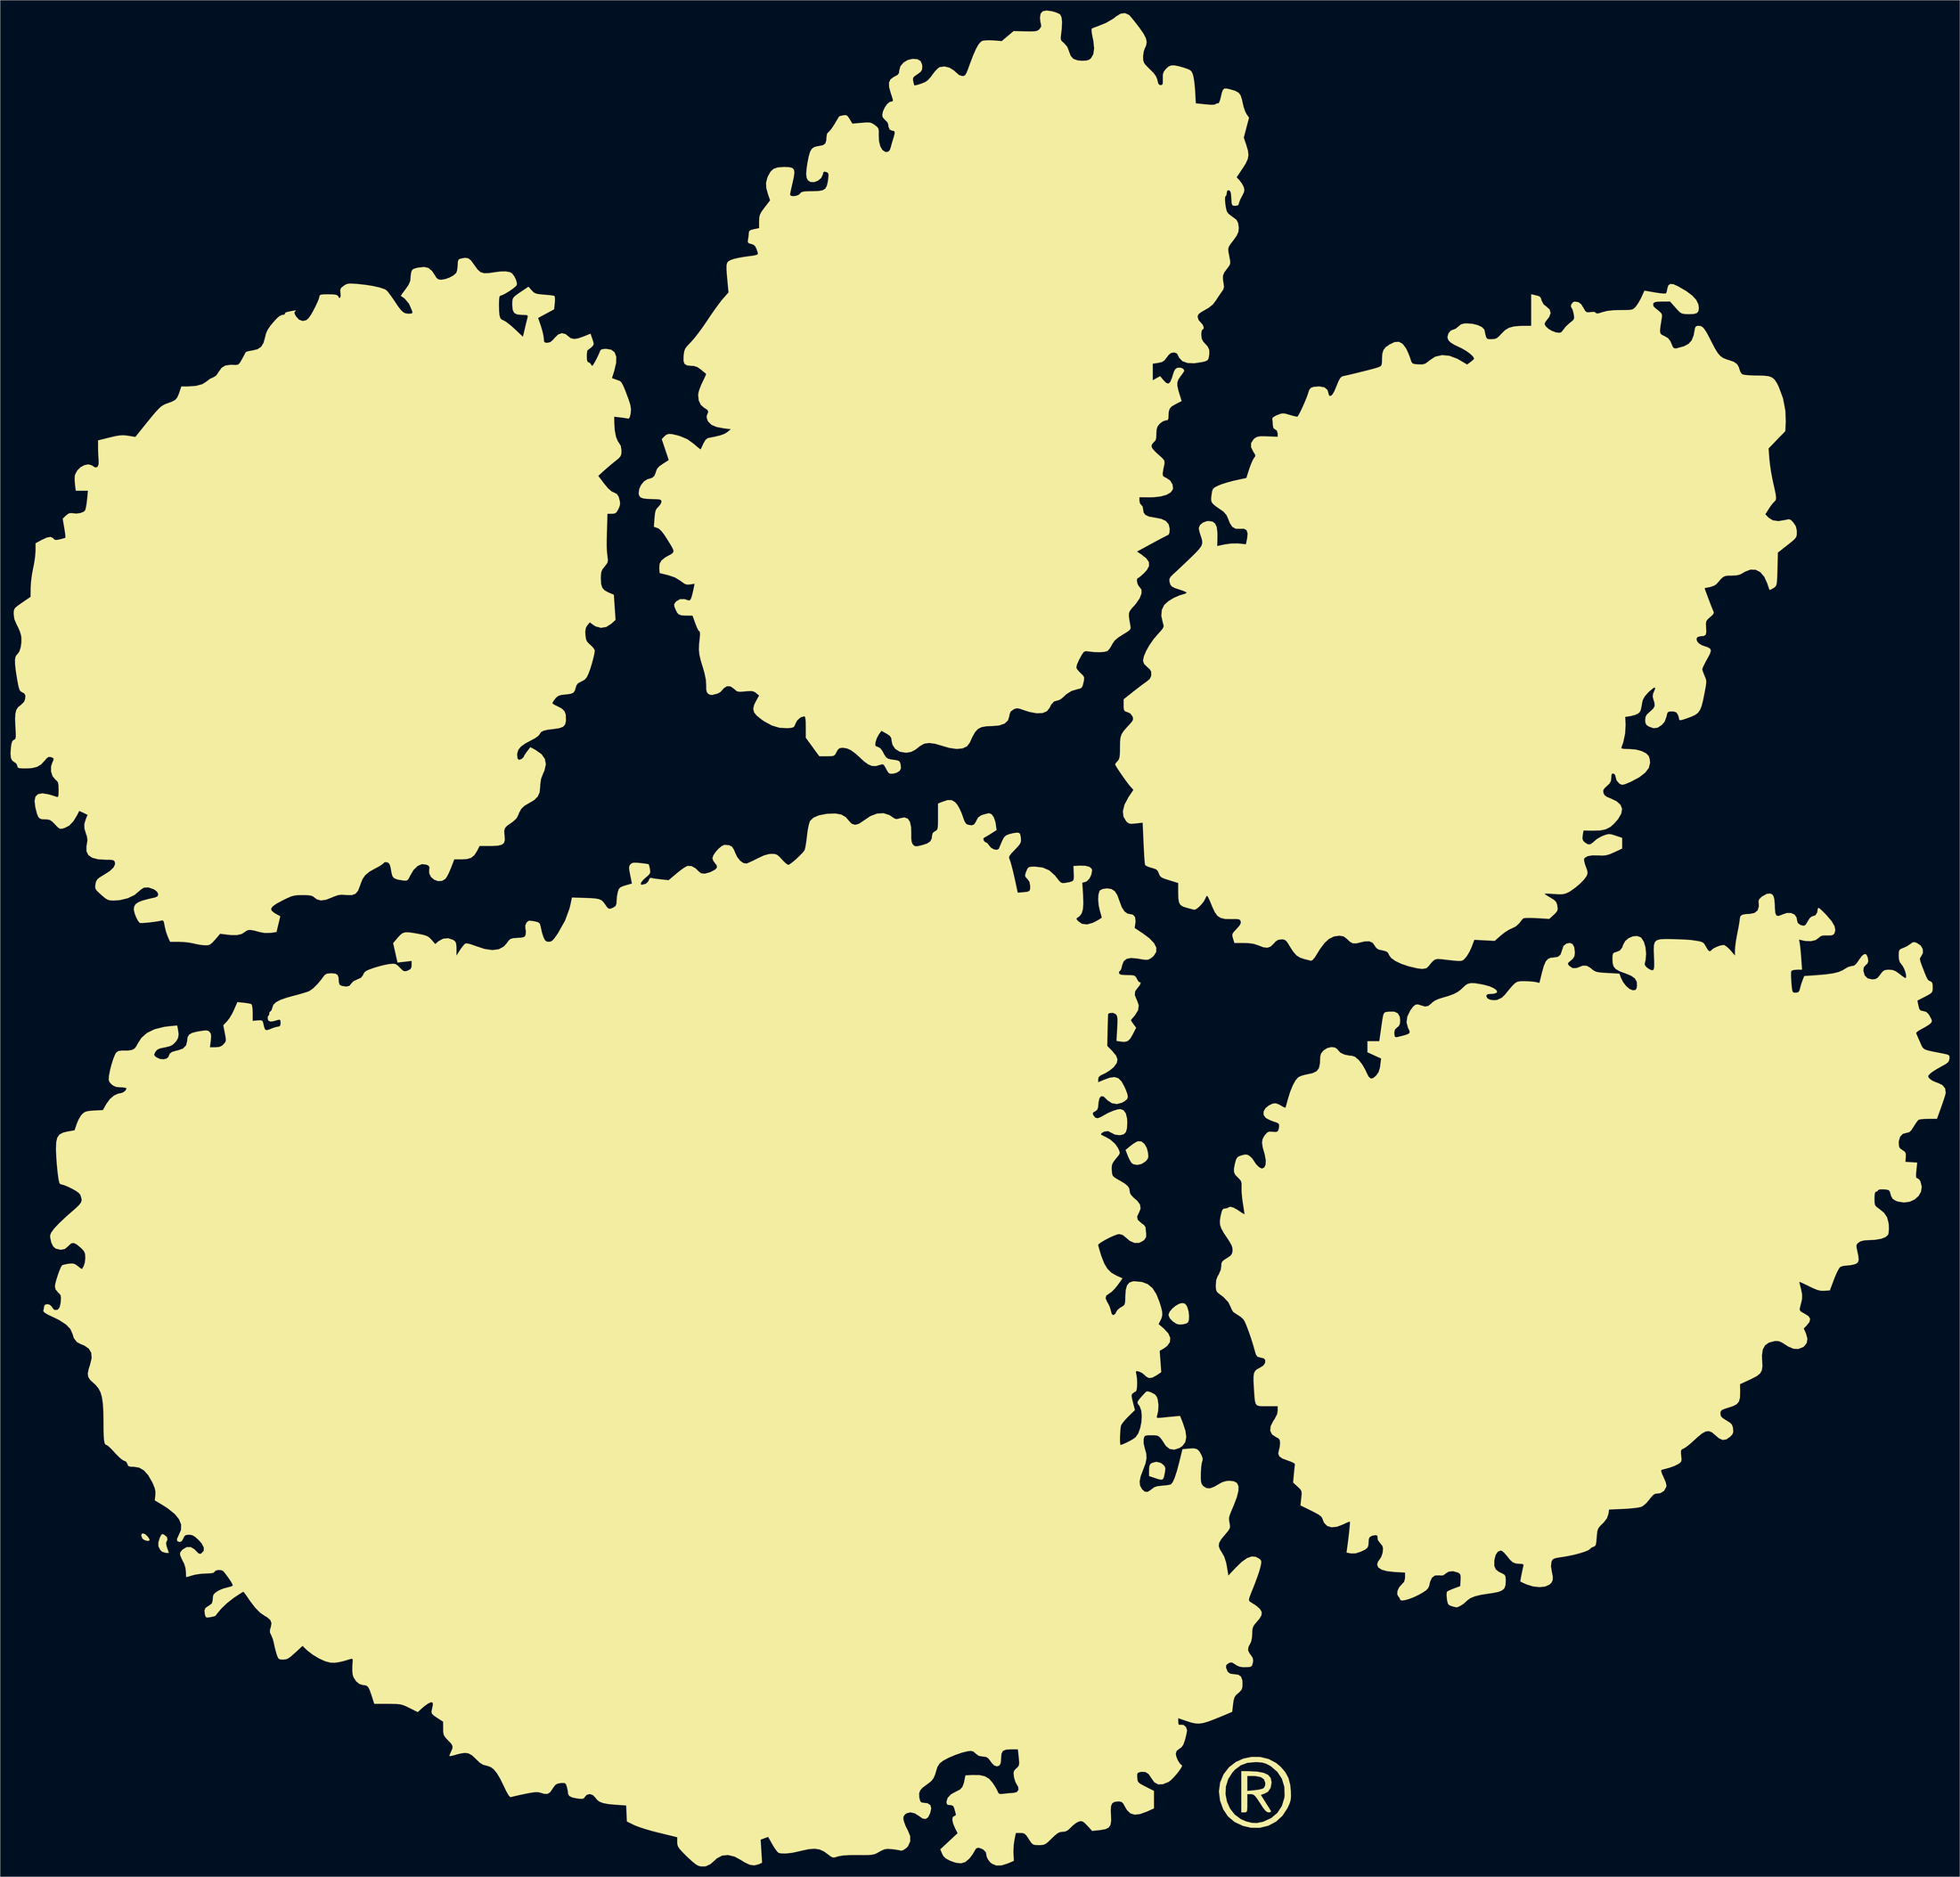
<source format=kicad_pcb>
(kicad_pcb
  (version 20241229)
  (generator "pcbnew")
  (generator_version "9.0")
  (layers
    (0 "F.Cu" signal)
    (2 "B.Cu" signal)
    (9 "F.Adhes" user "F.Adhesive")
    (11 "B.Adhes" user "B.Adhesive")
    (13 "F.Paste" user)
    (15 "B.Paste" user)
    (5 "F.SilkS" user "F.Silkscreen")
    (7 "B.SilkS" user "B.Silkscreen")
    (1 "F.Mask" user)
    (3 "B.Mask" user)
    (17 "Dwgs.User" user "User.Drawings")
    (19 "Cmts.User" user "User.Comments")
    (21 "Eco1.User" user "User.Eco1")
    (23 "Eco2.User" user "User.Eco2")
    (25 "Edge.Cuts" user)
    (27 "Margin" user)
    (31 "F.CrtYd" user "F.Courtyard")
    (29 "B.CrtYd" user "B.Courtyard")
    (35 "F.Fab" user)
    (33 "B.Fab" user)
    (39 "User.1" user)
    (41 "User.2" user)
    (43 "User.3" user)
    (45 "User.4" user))
  (footprint "tiger_paw"
    (layer "F.Cu")
    (at 282.108 269.903)
    (property "Reference" "tiger_paw" (at 0 0 0) (layer "F.SilkS") (effects (font (size 1.524 1.524) (thickness 0.3))))
    (attr through_hole)
    (fp_poly (pts (xy -242.864 173.483) (xy -242.206 174.106) (xy -241.737 174.813) (xy -241.653 175.142) (xy -241.919 175.366) (xy -242.535 175.326) (xy -243.227 175.086) (xy -243.719 174.709) (xy -243.757 174.648) (xy -244.095 173.759) (xy -243.903 173.301) (xy -243.457 173.214) (xy -242.864 173.483)) (stroke (width 0.01) (type solid)) (fill yes) (layer "F.SilkS"))
    (fp_poly (pts (xy -237.416 173.569) (xy -237.41 173.572) (xy -236.63 174.234) (xy -236.448 174.989) (xy -236.676 175.462) (xy -236.872 176.005) (xy -236.722 176.884) (xy -236.555 177.397) (xy -236.04 178.858) (xy -236.994 178.847) (xy -238.029 178.508) (xy -238.566 177.987) (xy -239.084 176.938) (xy -239.098 175.776) (xy -238.665 174.419) (xy -238.281 173.631) (xy -237.927 173.39) (xy -237.416 173.569)) (stroke (width 0.01) (type solid)) (fill yes) (layer "F.SilkS"))
    (fp_poly (pts (xy 52.4 152.667) (xy 53.157 153.221) (xy 53.595 153.734) (xy 53.761 154.273) (xy 53.693 155.089) (xy 53.551 155.84) (xy 53.314 156.879) (xy 53.02 157.43) (xy 52.503 157.564) (xy 51.593 157.354) (xy 50.712 157.067) (xy 49.036 156.509) (xy 49.036 154.82) (xy 49.1 153.716) (xy 49.348 153.078) (xy 49.83 152.695) (xy 51.118 152.357) (xy 52.4 152.667)) (stroke (width 0.01) (type solid)) (fill yes) (layer "F.SilkS"))
    (fp_poly (pts (xy 46.8 59.172) (xy 47.672 59.853) (xy 48.346 61.018) (xy 48.693 62.325) (xy 48.813 63.397) (xy 48.7 64.078) (xy 48.27 64.671) (xy 47.939 64.999) (xy 46.841 65.706) (xy 45.615 65.98) (xy 44.499 65.795) (xy 43.978 65.447) (xy 43.545 64.815) (xy 43.045 63.81) (xy 42.826 63.277) (xy 42.197 61.631) (xy 43.585 60.466) (xy 44.567 59.738) (xy 45.485 59.214) (xy 45.828 59.086) (xy 46.8 59.172)) (stroke (width 0.01) (type solid)) (fill yes) (layer "F.SilkS"))
    (fp_poly (pts (xy 59.399 106.323) (xy 59.904 106.858) (xy 60.167 107.41) (xy 60.514 108.626) (xy 60.659 109.964) (xy 60.589 111.139) (xy 60.379 111.755) (xy 59.819 112.12) (xy 58.871 112.355) (xy 57.852 112.41) (xy 57.127 112.263) (xy 55.933 111.517) (xy 55.065 110.604) (xy 54.685 109.702) (xy 54.681 109.602) (xy 54.976 108.756) (xy 55.731 107.821) (xy 56.747 106.969) (xy 57.828 106.37) (xy 58.643 106.186) (xy 59.399 106.323)) (stroke (width 0.01) (type solid)) (fill yes) (layer "F.SilkS"))
    (fp_poly (pts (xy 78.052 242.374) (xy 80.535 242.501) (xy 82.39 242.86) (xy 83.665 243.473) (xy 84.406 244.364) (xy 84.661 245.556) (xy 84.661 245.661) (xy 84.387 247.214) (xy 83.616 248.345) (xy 82.645 248.897) (xy 81.524 249.263) (xy 82.849 251.367) (xy 83.55 252.483) (xy 84.121 253.395) (xy 84.439 253.909) (xy 84.441 253.912) (xy 84.425 254.255) (xy 83.842 254.353) (xy 83.332 254.234) (xy 82.798 253.804) (xy 82.138 252.955) (xy 81.327 251.707) (xy 80.494 250.416) (xy 79.887 249.624) (xy 79.387 249.214) (xy 78.876 249.07) (xy 78.644 249.061) (xy 77.611 249.061) (xy 77.611 251.707) (xy 77.6 253.053) (xy 77.534 253.842) (xy 77.364 254.222) (xy 77.039 254.343) (xy 76.729 254.353) (xy 75.847 254.353) (xy 75.847 248.101) (xy 77.611 248.101) (xy 79.741 247.908) (xy 80.974 247.733) (xy 81.967 247.481) (xy 82.405 247.271) (xy 82.786 246.558) (xy 82.833 245.748) (xy 82.451 244.739) (xy 81.52 244.095) (xy 80.007 243.8) (xy 79.287 243.775) (xy 77.611 243.769) (xy 77.611 248.101) (xy 75.847 248.101) (xy 75.847 242.358) (xy 78.052 242.374)) (stroke (width 0.01) (type solid)) (fill yes) (layer "F.SilkS"))
    (fp_poly (pts (xy 81.353 238.237) (xy 83.744 238.818) (xy 85.946 239.962) (xy 87.287 241.081) (xy 88.68 242.709) (xy 89.58 244.392) (xy 90.081 246.355) (xy 90.249 248.112) (xy 90.294 249.594) (xy 90.213 250.67) (xy 89.948 251.637) (xy 89.44 252.788) (xy 89.268 253.14) (xy 87.81 255.356) (xy 85.916 257.071) (xy 83.685 258.246) (xy 81.213 258.844) (xy 78.598 258.824) (xy 76.317 258.286) (xy 73.895 257.145) (xy 72.004 255.559) (xy 70.604 253.487) (xy 69.668 250.919) (xy 69.434 249.045) (xy 71.253 249.045) (xy 71.665 251.229) (xy 72.571 253.25) (xy 73.936 254.991) (xy 75.728 256.333) (xy 77.258 256.986) (xy 78.918 257.398) (xy 80.334 257.456) (xy 81.872 257.161) (xy 82.333 257.028) (xy 84.568 256.011) (xy 86.36 254.478) (xy 87.645 252.509) (xy 88.358 250.184) (xy 88.444 249.502) (xy 88.362 246.902) (xy 87.652 244.571) (xy 86.344 242.568) (xy 84.467 240.957) (xy 84.083 240.72) (xy 82.997 240.162) (xy 81.962 239.861) (xy 80.672 239.746) (xy 79.922 239.735) (xy 77.619 239.944) (xy 75.721 240.635) (xy 74.056 241.884) (xy 73.296 242.696) (xy 72.035 244.661) (xy 71.365 246.817) (xy 71.253 249.045) (xy 69.434 249.045) (xy 69.337 248.265) (xy 69.69 245.674) (xy 70.713 243.241) (xy 70.723 243.224) (xy 72.276 241.225) (xy 74.234 239.711) (xy 76.479 238.699) (xy 78.892 238.202) (xy 81.353 238.237)) (stroke (width 0.01) (type solid)) (fill yes) (layer "F.SilkS"))
    (fp_poly (pts (xy -148.991 -197.794) (xy -148.18 -197.175) (xy -147.315 -195.991) (xy -147.295 -195.96) (xy -146.324 -194.594) (xy -145.419 -193.789) (xy -144.376 -193.453) (xy -142.991 -193.495) (xy -142.085 -193.633) (xy -139.773 -193.952) (xy -138.047 -193.994) (xy -136.841 -193.755) (xy -136.26 -193.41) (xy -135.607 -192.594) (xy -135.095 -191.545) (xy -134.836 -190.546) (xy -134.877 -190.001) (xy -135.283 -189.534) (xy -136.112 -188.877) (xy -137.163 -188.161) (xy -138.231 -187.519) (xy -139.115 -187.084) (xy -139.53 -186.972) (xy -139.803 -186.832) (xy -139.963 -186.328) (xy -140.036 -185.335) (xy -140.048 -184.238) (xy -140.013 -182.413) (xy -139.891 -181.17) (xy -139.65 -180.391) (xy -139.255 -179.953) (xy -138.784 -179.763) (xy -138.16 -179.433) (xy -137.2 -178.729) (xy -136.067 -177.773) (xy -135.505 -177.258) (xy -133.076 -174.967) (xy -132.518 -177.354) (xy -132.199 -178.688) (xy -131.914 -179.843) (xy -131.731 -180.534) (xy -131.65 -181.002) (xy -131.857 -181.237) (xy -132.51 -181.319) (xy -133.284 -181.328) (xy -134.702 -181.448) (xy -135.582 -181.886) (xy -136.034 -182.759) (xy -136.171 -184.184) (xy -136.172 -184.338) (xy -136.158 -185.292) (xy -136.041 -185.967) (xy -135.714 -186.516) (xy -135.067 -187.091) (xy -133.992 -187.844) (xy -133.37 -188.261) (xy -131.45 -189.547) (xy -130.548 -188.486) (xy -130.019 -187.936) (xy -129.45 -187.596) (xy -128.636 -187.394) (xy -127.376 -187.261) (xy -126.924 -187.226) (xy -125.591 -187.11) (xy -124.536 -186.983) (xy -123.954 -186.869) (xy -123.913 -186.85) (xy -123.783 -186.428) (xy -123.763 -185.537) (xy -123.813 -184.818) (xy -124.001 -182.964) (xy -126.328 -181.705) (xy -128.654 -180.446) (xy -127.827 -177.996) (xy -127.41 -176.599) (xy -127.112 -175.298) (xy -127 -174.38) (xy -126.931 -173.58) (xy -126.595 -173.264) (xy -125.972 -173.214) (xy -125.136 -173.395) (xy -124.36 -174.03) (xy -123.944 -174.543) (xy -122.852 -175.615) (xy -121.731 -176.011) (xy -120.632 -175.722) (xy -119.962 -175.172) (xy -119.157 -174.544) (xy -118.213 -174.325) (xy -116.979 -174.511) (xy -115.358 -175.081) (xy -113.418 -175.868) (xy -112.869 -174.285) (xy -112.556 -173.31) (xy -112.519 -172.732) (xy -112.791 -172.281) (xy -113.185 -171.899) (xy -113.832 -171.353) (xy -114.245 -171.099) (xy -114.263 -171.097) (xy -114.39 -170.779) (xy -114.479 -169.967) (xy -114.502 -169.333) (xy -114.453 -168.188) (xy -114.245 -167.645) (xy -114.05 -167.569) (xy -113.518 -167.285) (xy -113.369 -167.04) (xy -113.055 -166.574) (xy -112.909 -166.511) (xy -112.643 -166.802) (xy -112.193 -167.546) (xy -111.658 -168.552) (xy -111.138 -169.629) (xy -110.734 -170.584) (xy -110.646 -170.833) (xy -110.305 -171.246) (xy -109.533 -171.427) (xy -108.869 -171.45) (xy -107.396 -171.2) (xy -106.421 -170.45) (xy -105.944 -169.199) (xy -105.964 -167.448) (xy -106.482 -165.198) (xy -106.508 -165.111) (xy -107.183 -162.943) (xy -106.244 -162.6) (xy -105.387 -162.289) (xy -104.854 -162.098) (xy -104.465 -161.73) (xy -103.963 -160.832) (xy -103.327 -159.358) (xy -102.535 -157.261) (xy -102.309 -156.633) (xy -101.836 -155.1) (xy -101.661 -153.882) (xy -101.742 -152.683) (xy -101.986 -151.627) (xy -102.295 -151.162) (xy -102.413 -151.155) (xy -102.986 -151.268) (xy -103.989 -151.415) (xy -104.687 -151.502) (xy -106.539 -151.719) (xy -106.518 -150.031) (xy -106.372 -147.735) (xy -106.012 -145.869) (xy -105.462 -144.539) (xy -105.183 -144.168) (xy -104.611 -143.22) (xy -104.423 -141.894) (xy -104.422 -141.778) (xy -104.469 -140.852) (xy -104.702 -140.196) (xy -105.258 -139.574) (xy -106.098 -138.885) (xy -107.34 -137.877) (xy -108.71 -136.713) (xy -109.471 -136.04) (xy -111.169 -134.508) (xy -109.471 -132.253) (xy -108.278 -130.82) (xy -107.271 -129.962) (xy -106.623 -129.66) (xy -105.739 -129.23) (xy -105.245 -128.449) (xy -105.126 -128.072) (xy -104.854 -126.953) (xy -104.831 -126.16) (xy -105.082 -125.347) (xy -105.37 -124.719) (xy -105.859 -123.887) (xy -106.437 -123.537) (xy -107.23 -123.472) (xy -108.495 -123.472) (xy -108.6 -120.121) (xy -108.673 -117.554) (xy -108.712 -115.571) (xy -108.713 -114.048) (xy -108.676 -112.866) (xy -108.599 -111.902) (xy -108.483 -111.046) (xy -108.359 -109.974) (xy -108.494 -109.243) (xy -108.986 -108.508) (xy -109.316 -108.124) (xy -109.953 -107.309) (xy -110.285 -106.541) (xy -110.407 -105.527) (xy -110.419 -104.74) (xy -110.337 -103.115) (xy -110.026 -102.007) (xy -109.391 -101.239) (xy -108.336 -100.633) (xy -108.154 -100.554) (xy -106.645 -99.906) (xy -106.393 -96.256) (xy -106.142 -92.605) (xy -107.393 -91.458) (xy -108.844 -90.539) (xy -110.394 -90.284) (xy -111.932 -90.703) (xy -112.574 -91.1) (xy -113.641 -91.89) (xy -114.338 -91.012) (xy -114.772 -90.26) (xy -114.931 -89.309) (xy -114.901 -88.264) (xy -114.757 -87.08) (xy -114.437 -86.292) (xy -113.791 -85.595) (xy -113.476 -85.328) (xy -112.706 -84.573) (xy -112.243 -83.888) (xy -112.183 -83.657) (xy -112.294 -82.792) (xy -112.589 -81.48) (xy -113.009 -79.935) (xy -113.495 -78.372) (xy -113.977 -77.038) (xy -114.511 -75.895) (xy -115.096 -75.208) (xy -115.939 -74.745) (xy -116.071 -74.691) (xy -117.08 -74.15) (xy -117.574 -73.445) (xy -117.657 -73.148) (xy -117.947 -72.078) (xy -118.374 -71.442) (xy -119.116 -71.104) (xy -120.353 -70.93) (xy -120.633 -70.907) (xy -121.919 -70.76) (xy -122.739 -70.514) (xy -123.333 -70.072) (xy -123.682 -69.672) (xy -124.228 -68.93) (xy -124.516 -68.426) (xy -124.529 -68.367) (xy -124.237 -68.091) (xy -123.496 -67.673) (xy -123.031 -67.454) (xy -121.751 -66.78) (xy -120.984 -66.025) (xy -120.626 -65.005) (xy -120.573 -63.533) (xy -120.595 -63.084) (xy -120.815 -62.142) (xy -121.416 -61.501) (xy -122.506 -61.094) (xy -124.086 -60.863) (xy -125.889 -60.639) (xy -127.101 -60.342) (xy -127.835 -59.93) (xy -128.205 -59.36) (xy -128.215 -59.327) (xy -128.644 -58.813) (xy -129.554 -58.167) (xy -130.627 -57.585) (xy -132.472 -56.603) (xy -133.715 -55.687) (xy -134.443 -54.747) (xy -134.742 -53.693) (xy -134.761 -53.286) (xy -134.647 -52.264) (xy -134.27 -51.873) (xy -133.573 -52.072) (xy -133.35 -52.204) (xy -132.895 -52.632) (xy -132.821 -52.824) (xy -132.621 -53.254) (xy -132.117 -53.999) (xy -131.862 -54.335) (xy -130.903 -55.56) (xy -129.288 -54.679) (xy -127.651 -53.508) (xy -126.692 -52.144) (xy -126.409 -50.581) (xy -126.8 -48.81) (xy -127.146 -48.037) (xy -127.81 -46.355) (xy -128.051 -44.596) (xy -128.058 -44.157) (xy -128.216 -42.473) (xy -128.761 -41.203) (xy -129.804 -40.176) (xy -131.18 -39.361) (xy -132.629 -38.507) (xy -133.574 -37.601) (xy -134.198 -36.444) (xy -134.383 -35.92) (xy -134.924 -34.871) (xy -135.908 -33.937) (xy -136.513 -33.522) (xy -137.656 -32.726) (xy -138.284 -32.035) (xy -138.511 -31.23) (xy -138.447 -30.09) (xy -138.409 -29.795) (xy -138.335 -28.568) (xy -138.57 -27.723) (xy -139.205 -27.192) (xy -140.333 -26.912) (xy -142.044 -26.814) (xy -142.57 -26.811) (xy -145.683 -26.811) (xy -146.391 -25.423) (xy -147.19 -24.154) (xy -148.127 -23.386) (xy -149.391 -23.014) (xy -150.86 -22.931) (xy -153.044 -22.931) (xy -154.007 -20.411) (xy -154.562 -19.094) (xy -155.128 -17.974) (xy -155.589 -17.274) (xy -155.625 -17.236) (xy -156.64 -16.647) (xy -157.787 -16.603) (xy -158.895 -17.011) (xy -159.794 -17.78) (xy -160.315 -18.816) (xy -160.339 -19.802) (xy -160.252 -20.638) (xy -160.517 -21.086) (xy -161.174 -21.394) (xy -162.465 -21.535) (xy -163.721 -21.003) (xy -164.897 -19.829) (xy -165.949 -18.044) (xy -166.008 -17.917) (xy -166.408 -17.125) (xy -166.816 -16.773) (xy -167.49 -16.732) (xy -168.234 -16.819) (xy -169.671 -17.077) (xy -170.557 -17.462) (xy -171.046 -18.085) (xy -171.279 -18.966) (xy -171.525 -20.386) (xy -171.747 -21.262) (xy -172.009 -21.747) (xy -172.376 -21.998) (xy -172.582 -22.072) (xy -173.275 -22.118) (xy -173.496 -21.907) (xy -173.859 -21.559) (xy -174.692 -21.018) (xy -175.827 -20.391) (xy -176.033 -20.286) (xy -177.747 -19.316) (xy -178.933 -18.33) (xy -179.749 -17.153) (xy -180.353 -15.605) (xy -180.433 -15.337) (xy -181.005 -13.828) (xy -181.748 -12.925) (xy -182.809 -12.527) (xy -184.337 -12.535) (xy -184.556 -12.558) (xy -185.845 -12.64) (xy -186.9 -12.501) (xy -188.079 -12.078) (xy -188.568 -11.86) (xy -190.404 -11.167) (xy -191.847 -10.977) (xy -192.992 -11.289) (xy -193.592 -11.73) (xy -194.13 -12.143) (xy -194.779 -12.384) (xy -195.739 -12.496) (xy -197.192 -12.524) (xy -198.525 -12.5) (xy -199.558 -12.386) (xy -200.525 -12.119) (xy -201.659 -11.636) (xy -203.073 -10.936) (xy -204.775 -10.012) (xy -205.843 -9.26) (xy -206.306 -8.622) (xy -206.195 -8.038) (xy -205.542 -7.447) (xy -205.026 -7.133) (xy -203.647 -6.358) (xy -204.194 -4.073) (xy -204.741 -1.788) (xy -206.343 -1.547) (xy -208.201 -1.516) (xy -209.541 -1.761) (xy -211.152 -2.188) (xy -212.258 -2.384) (xy -213.017 -2.351) (xy -213.589 -2.091) (xy -213.891 -1.845) (xy -214.92 -1.192) (xy -216.277 -0.887) (xy -218.092 -0.908) (xy -218.957 -1) (xy -221.132 -1.275) (xy -222.592 0.421) (xy -223.449 1.361) (xy -224.1 1.866) (xy -224.771 2.064) (xy -225.533 2.085) (xy -226.8 1.964) (xy -228.247 1.696) (xy -228.776 1.563) (xy -230.072 1.307) (xy -231.696 1.126) (xy -233.118 1.065) (xy -235.695 1.058) (xy -236.383 -0.497) (xy -236.873 -1.864) (xy -237.238 -3.333) (xy -237.294 -3.68) (xy -237.489 -4.69) (xy -237.753 -5.125) (xy -238.086 -5.142) (xy -238.916 -4.96) (xy -240.105 -4.773) (xy -241.451 -4.603) (xy -242.756 -4.471) (xy -243.82 -4.4) (xy -244.443 -4.411) (xy -244.512 -4.433) (xy -244.994 -4.994) (xy -245.516 -5.976) (xy -245.962 -7.112) (xy -246.216 -8.134) (xy -246.239 -8.427) (xy -246.122 -9.234) (xy -245.715 -9.891) (xy -244.933 -10.443) (xy -243.689 -10.939) (xy -241.899 -11.425) (xy -239.977 -11.845) (xy -239.291 -12.222) (xy -239.148 -12.847) (xy -239.517 -13.557) (xy -240.367 -14.191) (xy -240.43 -14.222) (xy -242.024 -14.761) (xy -243.319 -14.689) (xy -244.382 -14) (xy -244.56 -13.803) (xy -246.023 -12.559) (xy -247.981 -11.628) (xy -250.27 -11.072) (xy -252.081 -10.94) (xy -253.078 -10.981) (xy -253.84 -11.182) (xy -254.605 -11.651) (xy -255.608 -12.497) (xy -255.742 -12.617) (xy -256.714 -13.511) (xy -257.255 -14.134) (xy -257.463 -14.674) (xy -257.44 -15.324) (xy -257.376 -15.728) (xy -257.194 -16.506) (xy -256.863 -17.084) (xy -256.234 -17.627) (xy -255.157 -18.296) (xy -254.865 -18.464) (xy -253.183 -19.555) (xy -252.146 -20.536) (xy -251.713 -21.457) (xy -251.747 -22.094) (xy -251.927 -22.489) (xy -252.318 -22.709) (xy -253.088 -22.801) (xy -254.292 -22.814) (xy -256.625 -22.948) (xy -258.339 -23.391) (xy -259.458 -24.162) (xy -260.005 -25.281) (xy -260.005 -26.765) (xy -259.914 -27.229) (xy -259.722 -28.482) (xy -259.85 -29.53) (xy -260.122 -30.312) (xy -260.603 -31.871) (xy -260.629 -33.203) (xy -260.205 -34.62) (xy -260.192 -34.649) (xy -259.682 -35.871) (xy -262.104 -37.026) (xy -262.68 -35.887) (xy -263.811 -34.007) (xy -265.008 -32.757) (xy -266.342 -32.063) (xy -266.38 -32.051) (xy -267.206 -31.832) (xy -267.767 -31.854) (xy -268.302 -32.208) (xy -269.047 -32.984) (xy -269.152 -33.098) (xy -270.004 -33.96) (xy -270.703 -34.401) (xy -271.525 -34.557) (xy -272.136 -34.572) (xy -273.012 -34.615) (xy -273.62 -34.827) (xy -274.055 -35.332) (xy -274.413 -36.252) (xy -274.79 -37.713) (xy -274.889 -38.142) (xy -275.113 -39.906) (xy -274.85 -41.16) (xy -274.099 -41.903) (xy -272.861 -42.136) (xy -271.154 -41.863) (xy -269.998 -41.534) (xy -269.055 -41.234) (xy -268.728 -41.112) (xy -268.397 -41.041) (xy -268.21 -41.278) (xy -268.129 -41.958) (xy -268.111 -43.148) (xy -268.141 -44.432) (xy -268.272 -45.222) (xy -268.571 -45.731) (xy -269.013 -46.106) (xy -269.88 -47.139) (xy -270.322 -48.526) (xy -270.291 -50.027) (xy -269.988 -50.961) (xy -269.606 -51.837) (xy -269.6 -52.301) (xy -270.027 -52.569) (xy -270.444 -52.705) (xy -271.046 -52.714) (xy -271.657 -52.268) (xy -272.138 -51.69) (xy -273.205 -50.542) (xy -274.406 -49.829) (xy -275.932 -49.472) (xy -277.619 -49.389) (xy -278.921 -49.407) (xy -279.669 -49.491) (xy -280.014 -49.685) (xy -280.104 -50.03) (xy -280.106 -50.102) (xy -280.413 -50.802) (xy -280.96 -51.205) (xy -281.625 -51.689) (xy -281.995 -52.477) (xy -282.103 -53.696) (xy -281.995 -55.344) (xy -281.811 -56.618) (xy -281.556 -57.343) (xy -281.169 -57.675) (xy -281.105 -57.698) (xy -280.809 -57.844) (xy -280.632 -58.143) (xy -280.557 -58.728) (xy -280.571 -59.731) (xy -280.658 -61.285) (xy -280.676 -61.567) (xy -280.763 -63.701) (xy -280.684 -65.267) (xy -280.409 -66.389) (xy -279.904 -67.192) (xy -279.139 -67.799) (xy -279.078 -67.836) (xy -278.162 -68.748) (xy -277.86 -69.527) (xy -277.765 -70.568) (xy -278.08 -71.194) (xy -278.827 -71.597) (xy -279.194 -71.822) (xy -279.48 -72.263) (xy -279.733 -73.052) (xy -279.997 -74.318) (xy -280.211 -75.544) (xy -280.58 -77.931) (xy -280.773 -79.724) (xy -280.789 -81.015) (xy -280.626 -81.893) (xy -280.283 -82.45) (xy -280.106 -82.595) (xy -279.562 -83.318) (xy -279.156 -84.518) (xy -278.933 -85.973) (xy -278.937 -87.461) (xy -279.014 -88.026) (xy -279.361 -89.2) (xy -279.934 -90.525) (xy -280.22 -91.055) (xy -280.98 -92.823) (xy -281.164 -94.305) (xy -281.143 -95.115) (xy -281.004 -95.695) (xy -280.631 -96.202) (xy -279.907 -96.791) (xy -278.717 -97.621) (xy -278.709 -97.625) (xy -276.255 -99.307) (xy -276.231 -101.953) (xy -276.13 -103.636) (xy -275.888 -105.598) (xy -275.555 -107.441) (xy -275.519 -107.597) (xy -275.188 -109.305) (xy -274.941 -111.072) (xy -274.826 -112.554) (xy -274.823 -112.745) (xy -274.814 -114.893) (xy -273.09 -115.831) (xy -271.546 -116.54) (xy -270.443 -116.734) (xy -269.742 -116.418) (xy -269.605 -116.224) (xy -269.278 -115.901) (xy -268.682 -115.854) (xy -267.796 -116.016) (xy -266.847 -116.254) (xy -266.236 -116.451) (xy -266.144 -116.502) (xy -266.129 -116.895) (xy -266.224 -117.803) (xy -266.407 -119.047) (xy -266.459 -119.353) (xy -266.921 -122.055) (xy -265.978 -122.959) (xy -265.148 -123.578) (xy -264.365 -123.681) (xy -264.101 -123.629) (xy -262.942 -123.52) (xy -261.753 -123.685) (xy -260.799 -124.065) (xy -260.395 -124.458) (xy -260.204 -125.096) (xy -260.002 -126.204) (xy -259.832 -127.548) (xy -259.825 -127.617) (xy -259.573 -130.175) (xy -263.121 -130.175) (xy -263.359 -132.077) (xy -263.45 -133.32) (xy -263.418 -134.395) (xy -263.345 -134.811) (xy -262.715 -136.038) (xy -261.74 -137.006) (xy -260.586 -137.633) (xy -259.418 -137.836) (xy -258.402 -137.533) (xy -258.199 -137.375) (xy -257.406 -136.921) (xy -256.815 -137.101) (xy -256.485 -137.856) (xy -256.467 -139.027) (xy -256.558 -140.292) (xy -256.62 -141.826) (xy -256.634 -142.699) (xy -256.646 -144.815) (xy -253.294 -145.657) (xy -251.584 -146.058) (xy -250.315 -146.269) (xy -249.254 -146.312) (xy -248.171 -146.207) (xy -247.866 -146.159) (xy -245.788 -145.821) (xy -243.809 -148.287) (xy -242.125 -150.377) (xy -240.807 -151.987) (xy -239.78 -153.188) (xy -238.971 -154.053) (xy -238.308 -154.655) (xy -237.717 -155.067) (xy -237.125 -155.359) (xy -236.459 -155.606) (xy -236.405 -155.625) (xy -235.04 -156.13) (xy -234.17 -156.624) (xy -233.611 -157.279) (xy -233.176 -158.266) (xy -233.001 -158.777) (xy -232.424 -160.514) (xy -230.424 -160.516) (xy -228.111 -160.691) (xy -226.279 -161.195) (xy -225.007 -162.007) (xy -224.941 -162.075) (xy -224.064 -162.746) (xy -223.224 -163.11) (xy -222.28 -163.677) (xy -221.534 -164.767) (xy -220.716 -165.933) (xy -219.636 -166.59) (xy -218.146 -166.809) (xy -217.356 -166.788) (xy -216.432 -166.758) (xy -215.852 -166.909) (xy -215.396 -167.382) (xy -214.846 -168.318) (xy -214.773 -168.451) (xy -214.226 -169.457) (xy -213.832 -170.208) (xy -213.704 -170.475) (xy -213.329 -170.665) (xy -212.476 -170.864) (xy -211.843 -170.962) (xy -210.284 -171.33) (xy -209.213 -172.037) (xy -208.508 -173.206) (xy -208.091 -174.724) (xy -207.776 -175.965) (xy -207.3 -177.023) (xy -206.531 -178.146) (xy -205.769 -179.079) (xy -204.649 -180.316) (xy -203.805 -181.035) (xy -203.137 -181.316) (xy -202.981 -181.328) (xy -202.4 -181.44) (xy -202.312 -181.67) (xy -202.179 -181.981) (xy -201.627 -182.199) (xy -200.232 -182.483) (xy -199.426 -182.622) (xy -199.107 -182.628) (xy -199.175 -182.509) (xy -199.284 -182.432) (xy -199.552 -182.113) (xy -199.454 -181.607) (xy -199.09 -180.922) (xy -198.226 -179.963) (xy -197.18 -179.572) (xy -196.124 -179.774) (xy -195.428 -180.334) (xy -194.857 -181.148) (xy -194.175 -182.314) (xy -193.48 -183.64) (xy -192.865 -184.936) (xy -192.428 -186.01) (xy -192.264 -186.667) (xy -192.188 -187.007) (xy -191.862 -187.205) (xy -191.141 -187.299) (xy -189.881 -187.325) (xy -189.656 -187.325) (xy -188.212 -187.288) (xy -187.341 -187.161) (xy -186.915 -186.919) (xy -186.845 -186.796) (xy -186.506 -186.257) (xy -186.22 -186.32) (xy -186.076 -186.883) (xy -186.123 -187.627) (xy -186.204 -188.569) (xy -185.961 -189.168) (xy -185.253 -189.763) (xy -185.23 -189.779) (xy -184.612 -190.17) (xy -183.995 -190.383) (xy -183.175 -190.446) (xy -181.948 -190.387) (xy -181.224 -190.33) (xy -178.767 -190.065) (xy -176.566 -189.714) (xy -174.737 -189.301) (xy -173.4 -188.853) (xy -172.756 -188.48) (xy -172.231 -187.891) (xy -171.477 -186.897) (xy -170.641 -185.69) (xy -170.466 -185.425) (xy -169.403 -183.841) (xy -168.584 -182.772) (xy -167.9 -182.121) (xy -167.244 -181.79) (xy -166.507 -181.684) (xy -166.311 -181.681) (xy -165.489 -181.727) (xy -165.205 -181.952) (xy -165.291 -182.474) (xy -166.196 -184.559) (xy -167.482 -186.119) (xy -168.57 -186.856) (xy -168.431 -187.138) (xy -167.952 -187.82) (xy -167.247 -188.74) (xy -166.324 -190.087) (xy -165.852 -191.192) (xy -165.806 -191.546) (xy -165.732 -192.65) (xy -165.588 -193.614) (xy -165.391 -194.261) (xy -164.999 -194.653) (xy -164.218 -194.928) (xy -163.48 -195.093) (xy -161.792 -195.272) (xy -160.513 -194.959) (xy -159.491 -194.086) (xy -158.818 -193.056) (xy -158.232 -192.125) (xy -157.689 -191.683) (xy -156.973 -191.566) (xy -156.871 -191.566) (xy -155.669 -191.753) (xy -154.369 -192.22) (xy -153.223 -192.85) (xy -152.487 -193.525) (xy -152.428 -193.622) (xy -152.19 -194.416) (xy -152.057 -195.533) (xy -152.047 -195.904) (xy -151.991 -196.915) (xy -151.76 -197.437) (xy -151.259 -197.685) (xy -151.253 -197.686) (xy -149.948 -197.935) (xy -148.991 -197.794)) (stroke (width 0.01) (type solid)) (fill yes) (layer "F.SilkS"))
    (fp_poly (pts (xy 201.533 -190.241) (xy 202.906 -189.633) (xy 202.91 -189.631) (xy 205.273 -188.246) (xy 207 -186.954) (xy 208.148 -185.698) (xy 208.769 -184.422) (xy 208.922 -183.422) (xy 208.822 -182.471) (xy 208.38 -181.89) (xy 207.482 -181.604) (xy 206.013 -181.544) (xy 205.936 -181.545) (xy 204.776 -181.589) (xy 204.002 -181.745) (xy 203.368 -182.134) (xy 202.634 -182.876) (xy 202.163 -183.404) (xy 200.554 -185.222) (xy 198.211 -185.215) (xy 196.893 -185.176) (xy 196.118 -185.042) (xy 195.727 -184.775) (xy 195.631 -184.594) (xy 195.705 -183.882) (xy 196.211 -183.34) (xy 197.282 -182.488) (xy 197.902 -181.908) (xy 198.175 -181.438) (xy 198.204 -180.913) (xy 198.12 -180.331) (xy 197.824 -178.501) (xy 197.652 -177.239) (xy 197.626 -176.419) (xy 197.765 -175.909) (xy 198.09 -175.583) (xy 198.619 -175.31) (xy 198.918 -175.176) (xy 199.964 -174.558) (xy 200.628 -173.704) (xy 200.951 -172.973) (xy 201.344 -172.037) (xy 201.702 -171.62) (xy 202.215 -171.574) (xy 202.637 -171.653) (xy 204.586 -172.198) (xy 205.951 -172.924) (xy 206.851 -173.947) (xy 207.403 -175.381) (xy 207.616 -176.482) (xy 207.807 -177.494) (xy 208.069 -177.987) (xy 208.535 -178.143) (xy 208.83 -178.153) (xy 209.419 -178.088) (xy 209.94 -177.833) (xy 210.466 -177.294) (xy 211.072 -176.38) (xy 211.83 -174.996) (xy 212.676 -173.329) (xy 213.631 -171.5) (xy 214.437 -170.206) (xy 215.205 -169.329) (xy 216.048 -168.751) (xy 217.079 -168.352) (xy 217.488 -168.238) (xy 219.061 -167.691) (xy 220.054 -166.99) (xy 220.586 -166.035) (xy 220.687 -165.622) (xy 221.014 -164.69) (xy 221.502 -164.069) (xy 221.562 -164.032) (xy 222.173 -163.888) (xy 223.306 -163.773) (xy 224.779 -163.703) (xy 225.852 -163.689) (xy 227.806 -163.653) (xy 229.208 -163.493) (xy 230.21 -163.128) (xy 230.963 -162.48) (xy 231.621 -161.469) (xy 232.156 -160.395) (xy 233.398 -157.025) (xy 234.086 -153.433) (xy 234.192 -150.306) (xy 234.066 -147.521) (xy 231.634 -145.003) (xy 229.203 -142.484) (xy 229.429 -139.416) (xy 229.614 -137.705) (xy 229.926 -135.635) (xy 230.312 -133.533) (xy 230.538 -132.474) (xy 230.97 -130.55) (xy 231.243 -129.19) (xy 231.363 -128.275) (xy 231.338 -127.684) (xy 231.174 -127.296) (xy 230.876 -126.991) (xy 230.833 -126.955) (xy 230.305 -126.382) (xy 229.618 -125.462) (xy 229.245 -124.903) (xy 228.247 -123.334) (xy 229.195 -122.345) (xy 230.431 -121.557) (xy 232.081 -121.333) (xy 234.134 -121.677) (xy 234.226 -121.703) (xy 235.037 -121.874) (xy 235.602 -121.721) (xy 236.216 -121.137) (xy 236.414 -120.909) (xy 237.111 -119.858) (xy 237.384 -118.677) (xy 237.405 -118.143) (xy 237.393 -117.389) (xy 237.272 -116.818) (xy 236.941 -116.292) (xy 236.299 -115.669) (xy 235.245 -114.81) (xy 234.661 -114.35) (xy 231.903 -112.182) (xy 231.823 -108.92) (xy 231.766 -106.656) (xy 231.711 -104.993) (xy 231.639 -103.824) (xy 231.533 -103.045) (xy 231.372 -102.549) (xy 231.14 -102.233) (xy 230.818 -101.991) (xy 230.589 -101.846) (xy 229.888 -101.446) (xy 229.504 -101.309) (xy 229.49 -101.316) (xy 229.34 -101.684) (xy 229.049 -102.512) (xy 228.815 -103.218) (xy 227.937 -105.154) (xy 226.795 -106.483) (xy 225.441 -107.182) (xy 223.923 -107.228) (xy 222.293 -106.599) (xy 221.878 -106.336) (xy 220.928 -105.812) (xy 219.874 -105.551) (xy 218.423 -105.481) (xy 217.335 -105.465) (xy 216.567 -105.352) (xy 215.938 -105.039) (xy 215.266 -104.423) (xy 214.371 -103.402) (xy 214.037 -103.008) (xy 213.357 -102.548) (xy 212.334 -102.192) (xy 212.057 -102.135) (xy 211.163 -101.968) (xy 210.654 -101.84) (xy 210.608 -101.813) (xy 210.727 -101.413) (xy 211.037 -100.536) (xy 211.471 -99.358) (xy 211.962 -98.057) (xy 212.443 -96.813) (xy 212.846 -95.802) (xy 213.104 -95.203) (xy 213.126 -95.16) (xy 213.27 -94.663) (xy 213.036 -94.172) (xy 212.325 -93.501) (xy 212.191 -93.39) (xy 211.459 -92.748) (xy 211.085 -92.202) (xy 210.973 -91.492) (xy 211.026 -90.357) (xy 211.033 -90.266) (xy 211.073 -88.988) (xy 210.894 -88.258) (xy 210.394 -87.925) (xy 209.47 -87.842) (xy 209.366 -87.842) (xy 208.552 -87.637) (xy 208.233 -87.123) (xy 208.367 -86.448) (xy 208.912 -85.759) (xy 209.826 -85.206) (xy 210.14 -85.096) (xy 211.444 -84.665) (xy 212.188 -84.235) (xy 212.417 -83.662) (xy 212.174 -82.805) (xy 211.504 -81.518) (xy 211.338 -81.225) (xy 210.673 -79.997) (xy 210.173 -78.973) (xy 209.924 -78.329) (xy 209.911 -78.239) (xy 210.053 -77.661) (xy 210.404 -76.735) (xy 210.585 -76.319) (xy 210.884 -75.62) (xy 211.045 -75.022) (xy 211.068 -74.341) (xy 210.953 -73.396) (xy 210.7 -72.002) (xy 210.586 -71.41) (xy 210.142 -69.208) (xy 209.732 -67.58) (xy 209.27 -66.407) (xy 208.67 -65.57) (xy 207.844 -64.946) (xy 206.707 -64.418) (xy 205.172 -63.864) (xy 205.144 -63.854) (xy 204.032 -63.502) (xy 203.434 -63.41) (xy 203.213 -63.566) (xy 203.2 -63.679) (xy 203.06 -64.356) (xy 202.791 -65.071) (xy 202.355 -65.696) (xy 201.65 -65.943) (xy 201.072 -65.969) (xy 200.233 -65.922) (xy 199.814 -65.646) (xy 199.602 -64.943) (xy 199.532 -64.531) (xy 198.972 -63.001) (xy 198.174 -62.061) (xy 196.966 -61.245) (xy 195.754 -61.087) (xy 194.367 -61.567) (xy 194.363 -61.569) (xy 193.652 -62.061) (xy 193.364 -62.73) (xy 193.322 -63.45) (xy 193.412 -64.352) (xy 193.782 -65.049) (xy 194.584 -65.806) (xy 194.733 -65.927) (xy 195.672 -66.787) (xy 196.071 -67.558) (xy 196.004 -68.495) (xy 195.723 -69.377) (xy 195.491 -70.318) (xy 195.629 -71.164) (xy 195.894 -71.784) (xy 196.226 -72.649) (xy 196.133 -72.96) (xy 195.612 -72.716) (xy 194.659 -71.918) (xy 194.242 -71.526) (xy 193.182 -70.352) (xy 192.611 -69.272) (xy 192.451 -68.615) (xy 192.209 -67.21) (xy 191.995 -66.329) (xy 191.741 -65.8) (xy 191.376 -65.448) (xy 191.13 -65.284) (xy 190.242 -64.897) (xy 189.102 -64.607) (xy 188.912 -64.577) (xy 187.501 -64.38) (xy 187.607 -62.088) (xy 187.483 -59.585) (xy 186.948 -57.037) (xy 186.455 -55.651) (xy 186.386 -55.325) (xy 186.617 -55.138) (xy 187.279 -55.051) (xy 188.506 -55.026) (xy 188.61 -55.026) (xy 190.592 -54.861) (xy 192.315 -54.416) (xy 193.63 -53.744) (xy 194.352 -52.97) (xy 194.618 -52.12) (xy 194.733 -51.056) (xy 194.733 -51.027) (xy 194.383 -49.572) (xy 193.336 -48.165) (xy 191.602 -46.815) (xy 189.189 -45.528) (xy 188.473 -45.214) (xy 187.393 -44.784) (xy 186.716 -44.631) (xy 186.207 -44.737) (xy 185.759 -44.997) (xy 184.992 -45.901) (xy 184.788 -46.679) (xy 184.508 -47.605) (xy 184.062 -47.913) (xy 183.652 -47.858) (xy 183.474 -47.377) (xy 183.444 -46.681) (xy 183.336 -45.71) (xy 182.903 -44.955) (xy 182.181 -44.272) (xy 181.401 -43.533) (xy 181.098 -42.943) (xy 181.154 -42.27) (xy 181.155 -42.267) (xy 181.477 -41.609) (xy 182.171 -41.099) (xy 183.163 -40.686) (xy 184.984 -39.832) (xy 186.123 -38.819) (xy 186.583 -37.633) (xy 186.365 -36.265) (xy 185.472 -34.701) (xy 184.423 -33.46) (xy 183.202 -32.367) (xy 181.896 -31.684) (xy 180.308 -31.341) (xy 178.265 -31.267) (xy 175.378 -31.309) (xy 175.146 -29.936) (xy 175.059 -28.956) (xy 175.287 -28.326) (xy 175.74 -27.875) (xy 176.625 -27.3) (xy 177.369 -27.295) (xy 178.181 -27.883) (xy 178.452 -28.161) (xy 179.359 -28.892) (xy 180.565 -29.58) (xy 181.098 -29.81) (xy 182.109 -30.168) (xy 182.845 -30.285) (xy 183.621 -30.162) (xy 184.714 -29.814) (xy 186.619 -29.166) (xy 186.619 -26.068) (xy 184.309 -24.988) (xy 182.948 -24.398) (xy 181.883 -24.097) (xy 180.798 -24.021) (xy 179.812 -24.07) (xy 177.922 -24.087) (xy 176.525 -23.834) (xy 175.695 -23.329) (xy 175.543 -23.075) (xy 175.555 -22.476) (xy 175.797 -21.495) (xy 176.045 -20.791) (xy 176.437 -19.707) (xy 176.55 -18.997) (xy 176.404 -18.391) (xy 176.225 -18.016) (xy 175.523 -17.043) (xy 174.402 -15.893) (xy 173.056 -14.74) (xy 171.682 -13.756) (xy 170.936 -13.325) (xy 170.092 -12.956) (xy 169.246 -12.774) (xy 168.157 -12.75) (xy 166.791 -12.84) (xy 165.501 -12.928) (xy 164.536 -12.957) (xy 164.063 -12.924) (xy 164.042 -12.905) (xy 164.323 -12.658) (xy 165.049 -12.19) (xy 165.788 -11.759) (xy 166.828 -11.113) (xy 167.402 -10.527) (xy 167.691 -9.784) (xy 167.771 -9.377) (xy 167.866 -8.489) (xy 167.699 -7.859) (xy 167.155 -7.206) (xy 166.711 -6.788) (xy 165.414 -5.6) (xy 161.818 -5.818) (xy 160.273 -5.883) (xy 158.982 -5.884) (xy 158.114 -5.825) (xy 157.851 -5.752) (xy 157.414 -5.288) (xy 156.821 -4.519) (xy 156.725 -4.383) (xy 155.699 -3.412) (xy 154.625 -2.894) (xy 153.657 -2.445) (xy 152.462 -1.676) (xy 151.412 -0.848) (xy 149.541 0.792) (xy 146.58 0.637) (xy 143.619 0.481) (xy 142.846 2.548) (xy 142.249 3.871) (xy 141.531 5.09) (xy 141.058 5.701) (xy 140.687 6.104) (xy 140.366 6.39) (xy 139.98 6.566) (xy 139.42 6.639) (xy 138.572 6.615) (xy 137.325 6.501) (xy 135.565 6.304) (xy 133.984 6.122) (xy 132.879 6.057) (xy 132.157 6.236) (xy 131.52 6.737) (xy 131.487 6.77) (xy 130.8 7.526) (xy 130.324 8.167) (xy 130.323 8.168) (xy 129.635 8.769) (xy 128.475 8.955) (xy 127.027 8.785) (xy 124.527 8.19) (xy 122.361 7.455) (xy 120.623 6.626) (xy 119.407 5.746) (xy 118.825 4.917) (xy 118.591 4.364) (xy 118.246 4) (xy 117.623 3.734) (xy 116.553 3.478) (xy 115.86 3.338) (xy 115.173 2.926) (xy 114.718 2.296) (xy 114.044 1.346) (xy 113.064 0.907) (xy 111.688 0.956) (xy 110.635 1.208) (xy 109.272 1.533) (xy 108.303 1.51) (xy 107.473 1.077) (xy 106.566 0.209) (xy 105.637 -0.486) (xy 104.456 -0.704) (xy 104.338 -0.706) (xy 102.787 -0.488) (xy 101.378 0.205) (xy 100.032 1.438) (xy 98.671 3.272) (xy 98.016 4.337) (xy 97.207 5.627) (xy 96.607 6.347) (xy 96.147 6.576) (xy 96.019 6.559) (xy 95.245 6.352) (xy 94.368 6.141) (xy 92.968 5.693) (xy 91.876 4.99) (xy 90.905 3.879) (xy 90.134 2.667) (xy 89.419 1.486) (xy 88.895 0.793) (xy 88.414 0.461) (xy 87.832 0.358) (xy 87.517 0.353) (xy 86.571 0.479) (xy 85.819 0.967) (xy 85.269 1.588) (xy 84.382 2.448) (xy 83.411 2.79) (xy 82.201 2.634) (xy 80.836 2.109) (xy 79.477 1.658) (xy 77.807 1.443) (xy 76.573 1.411) (xy 73.849 1.411) (xy 73.445 0.094) (xy 73.245 -0.674) (xy 73.285 -1.232) (xy 73.653 -1.811) (xy 74.433 -2.643) (xy 74.48 -2.69) (xy 75.337 -3.657) (xy 75.705 -4.359) (xy 75.686 -4.89) (xy 75.5 -5.267) (xy 75.134 -5.478) (xy 74.424 -5.562) (xy 73.208 -5.555) (xy 72.858 -5.545) (xy 71.127 -5.578) (xy 69.854 -5.867) (xy 68.894 -6.516) (xy 68.101 -7.63) (xy 67.331 -9.314) (xy 67.204 -9.633) (xy 66.69 -10.876) (xy 66.249 -11.819) (xy 65.955 -12.305) (xy 65.905 -12.339) (xy 65.622 -12.055) (xy 65.428 -11.603) (xy 65.002 -10.778) (xy 64.295 -9.863) (xy 63.472 -9.026) (xy 62.7 -8.434) (xy 62.144 -8.257) (xy 62.128 -8.261) (xy 61.439 -8.45) (xy 60.414 -8.72) (xy 60.076 -8.808) (xy 58.912 -9.177) (xy 58.16 -9.661) (xy 57.733 -10.409) (xy 57.542 -11.57) (xy 57.499 -13.166) (xy 57.496 -16.051) (xy 54.881 -16.845) (xy 53.539 -17.277) (xy 52.714 -17.639) (xy 52.241 -18.042) (xy 51.955 -18.596) (xy 51.869 -18.843) (xy 51.532 -19.602) (xy 51.011 -20.055) (xy 50.075 -20.378) (xy 49.751 -20.459) (xy 48.724 -20.783) (xy 48.019 -21.15) (xy 47.854 -21.333) (xy 47.78 -21.826) (xy 47.689 -22.896) (xy 47.589 -24.416) (xy 47.489 -26.258) (xy 47.422 -27.694) (xy 47.168 -33.593) (xy 45.174 -33.368) (xy 43.989 -33.269) (xy 43.257 -33.345) (xy 42.733 -33.647) (xy 42.43 -33.945) (xy 41.595 -35.321) (xy 41.416 -36.954) (xy 41.893 -38.843) (xy 43.026 -40.987) (xy 43.235 -41.305) (xy 44.476 -43.149) (xy 43.636 -44.064) (xy 43.087 -44.732) (xy 42.337 -45.732) (xy 41.489 -46.918) (xy 40.645 -48.141) (xy 39.908 -49.253) (xy 39.378 -50.104) (xy 39.159 -50.548) (xy 39.158 -50.56) (xy 39.382 -50.959) (xy 39.864 -51.506) (xy 40.204 -51.941) (xy 40.415 -52.529) (xy 40.526 -53.432) (xy 40.567 -54.814) (xy 40.569 -55.515) (xy 40.592 -57.151) (xy 40.716 -58.345) (xy 41.026 -59.302) (xy 41.609 -60.227) (xy 42.549 -61.324) (xy 43.343 -62.174) (xy 44.075 -63.016) (xy 44.373 -63.619) (xy 44.328 -64.212) (xy 44.25 -64.456) (xy 43.589 -65.359) (xy 42.77 -65.744) (xy 42.083 -65.992) (xy 41.747 -66.365) (xy 41.637 -67.088) (xy 41.628 -67.78) (xy 41.628 -69.489) (xy 44.362 -71.662) (xy 45.698 -72.707) (xy 46.978 -73.679) (xy 48.004 -74.428) (xy 48.347 -74.664) (xy 49.224 -75.393) (xy 49.612 -76.198) (xy 49.679 -76.703) (xy 49.632 -77.568) (xy 49.248 -78.23) (xy 48.516 -78.863) (xy 47.588 -79.778) (xy 47.274 -80.679) (xy 47.273 -80.74) (xy 47.508 -81.953) (xy 48.151 -83.498) (xy 49.113 -85.21) (xy 50.301 -86.923) (xy 51.392 -88.224) (xy 52.389 -89.319) (xy 52.981 -90.054) (xy 53.241 -90.584) (xy 53.244 -91.068) (xy 53.063 -91.662) (xy 53.042 -91.722) (xy 52.593 -93.722) (xy 52.724 -95.486) (xy 53.425 -96.923) (xy 53.492 -97.004) (xy 54.637 -98.028) (xy 56.199 -98.99) (xy 57.894 -99.731) (xy 58.826 -99.997) (xy 59.603 -100.237) (xy 59.968 -100.49) (xy 59.972 -100.514) (xy 59.662 -100.747) (xy 58.855 -101.089) (xy 57.851 -101.425) (xy 56.503 -101.873) (xy 55.684 -102.298) (xy 55.234 -102.829) (xy 54.992 -103.599) (xy 54.953 -103.808) (xy 54.944 -104.479) (xy 55.269 -105.107) (xy 56.043 -105.894) (xy 56.228 -106.059) (xy 57.042 -106.798) (xy 58.21 -107.889) (xy 59.58 -109.187) (xy 61.003 -110.553) (xy 61.119 -110.664) (xy 62.595 -112.114) (xy 63.61 -113.211) (xy 64.222 -114.081) (xy 64.488 -114.852) (xy 64.465 -115.648) (xy 64.209 -116.599) (xy 64.029 -117.122) (xy 63.702 -118.19) (xy 63.516 -119.067) (xy 63.5 -119.269) (xy 63.82 -120.164) (xy 64.654 -120.889) (xy 65.807 -121.306) (xy 66.381 -121.356) (xy 67.499 -121.178) (xy 68.264 -120.594) (xy 68.718 -119.528) (xy 68.902 -117.905) (xy 68.904 -116.76) (xy 68.841 -114.077) (xy 71.021 -114.546) (xy 72.902 -114.808) (xy 74.783 -114.837) (xy 75.195 -114.804) (xy 77.188 -114.592) (xy 77.552 -116.297) (xy 77.695 -117.759) (xy 77.375 -118.695) (xy 76.579 -119.125) (xy 75.48 -119.101) (xy 74.216 -119.114) (xy 73.25 -119.659) (xy 72.497 -120.8) (xy 72.133 -121.739) (xy 71.533 -123.101) (xy 70.686 -124.069) (xy 70.141 -124.473) (xy 68.732 -125.435) (xy 67.816 -126.141) (xy 67.299 -126.73) (xy 67.089 -127.338) (xy 67.092 -128.104) (xy 67.178 -128.855) (xy 67.351 -129.998) (xy 67.615 -130.682) (xy 68.138 -131.149) (xy 69.079 -131.641) (xy 70.189 -132.083) (xy 71.722 -132.57) (xy 73.409 -133.019) (xy 74.029 -133.161) (xy 77.327 -133.879) (xy 78.146 -136.465) (xy 78.621 -137.81) (xy 79.112 -138.951) (xy 79.523 -139.665) (xy 79.56 -139.71) (xy 79.915 -140.186) (xy 79.901 -140.626) (xy 79.489 -141.303) (xy 79.368 -141.473) (xy 78.69 -142.834) (xy 78.7 -144.048) (xy 79.4 -145.12) (xy 79.556 -145.261) (xy 80.104 -145.675) (xy 80.685 -145.914) (xy 81.494 -146.015) (xy 82.723 -146.012) (xy 83.481 -145.986) (xy 86.432 -145.874) (xy 86.431 -146.82) (xy 86.19 -147.682) (xy 85.725 -147.99) (xy 85.199 -148.387) (xy 85.022 -149.236) (xy 85.019 -149.396) (xy 84.969 -150.355) (xy 84.846 -151.036) (xy 84.841 -151.048) (xy 85.034 -151.489) (xy 85.877 -152.005) (xy 86.282 -152.182) (xy 87.213 -152.537) (xy 87.92 -152.669) (xy 88.689 -152.579) (xy 89.806 -152.27) (xy 89.99 -152.214) (xy 91.101 -151.905) (xy 91.909 -151.732) (xy 92.212 -151.726) (xy 92.568 -152.286) (xy 93.096 -153.313) (xy 93.709 -154.616) (xy 94.322 -156.005) (xy 94.85 -157.29) (xy 95.206 -158.281) (xy 95.269 -158.504) (xy 95.603 -159.504) (xy 96.097 -160.105) (xy 96.915 -160.406) (xy 98.225 -160.505) (xy 98.67 -160.509) (xy 100.004 -160.253) (xy 100.893 -159.525) (xy 101.245 -158.405) (xy 101.247 -158.293) (xy 101.472 -157.787) (xy 101.865 -157.756) (xy 102.36 -158.179) (xy 102.971 -159.266) (xy 103.54 -160.616) (xy 104.115 -162.019) (xy 104.573 -162.881) (xy 105.004 -163.338) (xy 105.481 -163.521) (xy 106.44 -163.721) (xy 107.836 -164.043) (xy 109.498 -164.446) (xy 111.258 -164.885) (xy 112.946 -165.32) (xy 114.394 -165.706) (xy 115.431 -166.002) (xy 115.799 -166.123) (xy 116.356 -166.396) (xy 116.646 -166.803) (xy 116.755 -167.553) (xy 116.769 -168.466) (xy 116.857 -170.027) (xy 117.194 -171.121) (xy 117.894 -171.97) (xy 118.894 -172.69) (xy 120.416 -173.421) (xy 121.689 -173.501) (xy 122.772 -172.914) (xy 123.724 -171.645) (xy 123.882 -171.35) (xy 124.467 -170.075) (xy 124.971 -168.754) (xy 125.067 -168.451) (xy 125.347 -167.626) (xy 125.697 -167.195) (xy 126.336 -167.01) (xy 127.326 -166.933) (xy 128.489 -166.918) (xy 129.293 -167.121) (xy 130.077 -167.66) (xy 130.511 -168.041) (xy 132.24 -169.164) (xy 134.19 -169.629) (xy 136.324 -169.439) (xy 138.604 -168.592) (xy 139.529 -168.081) (xy 141.518 -166.883) (xy 142.549 -167.645) (xy 143.223 -168.195) (xy 143.56 -168.569) (xy 143.569 -168.606) (xy 143.246 -169.22) (xy 142.432 -170.007) (xy 141.279 -170.847) (xy 139.939 -171.62) (xy 139.432 -171.863) (xy 137.792 -172.649) (xy 136.717 -173.307) (xy 136.104 -173.924) (xy 135.847 -174.593) (xy 135.819 -174.978) (xy 136.086 -175.956) (xy 136.744 -176.744) (xy 137.58 -177.093) (xy 137.638 -177.094) (xy 138.225 -177.335) (xy 138.94 -177.919) (xy 138.994 -177.976) (xy 139.742 -178.572) (xy 140.683 -178.825) (xy 141.463 -178.858) (xy 143.139 -178.72) (xy 144.641 -178.344) (xy 145.811 -177.793) (xy 146.49 -177.128) (xy 146.581 -176.884) (xy 146.856 -175.561) (xy 147.077 -174.781) (xy 147.358 -174.401) (xy 147.807 -174.278) (xy 148.537 -174.269) (xy 148.614 -174.269) (xy 149.516 -174.328) (xy 150.202 -174.598) (xy 150.912 -175.211) (xy 151.518 -175.878) (xy 152.552 -176.891) (xy 153.66 -177.561) (xy 155.019 -177.951) (xy 156.804 -178.121) (xy 157.956 -178.144) (xy 160.161 -178.153) (xy 160.161 -187.338) (xy 161.131 -187.126) (xy 162.181 -186.867) (xy 162.743 -186.581) (xy 163.02 -186.109) (xy 163.162 -185.552) (xy 163.756 -184.405) (xy 164.606 -183.73) (xy 165.545 -182.876) (xy 165.809 -181.855) (xy 165.393 -180.723) (xy 164.924 -180.126) (xy 164.338 -179.372) (xy 164.048 -178.761) (xy 164.042 -178.695) (xy 164.343 -178.052) (xy 165.114 -177.336) (xy 166.151 -176.693) (xy 167.253 -176.268) (xy 167.451 -176.225) (xy 168.385 -176.118) (xy 168.938 -176.314) (xy 169.328 -176.791) (xy 170.243 -177.972) (xy 171.443 -179.058) (xy 171.873 -179.387) (xy 172.452 -179.894) (xy 172.665 -180.424) (xy 172.594 -181.262) (xy 172.526 -181.635) (xy 172.276 -182.622) (xy 171.99 -183.284) (xy 171.887 -183.399) (xy 171.685 -183.864) (xy 171.887 -184.502) (xy 172.352 -185.038) (xy 172.821 -185.208) (xy 173.891 -185.039) (xy 174.693 -184.441) (xy 175.373 -183.36) (xy 175.858 -182.496) (xy 176.301 -182.124) (xy 176.956 -182.098) (xy 177.446 -182.169) (xy 178.477 -182.23) (xy 178.933 -181.98) (xy 178.948 -181.945) (xy 179.204 -181.733) (xy 179.831 -181.805) (xy 180.829 -182.123) (xy 182.252 -182.489) (xy 184.078 -182.688) (xy 186.147 -182.741) (xy 187.77 -182.747) (xy 188.847 -182.793) (xy 189.541 -182.917) (xy 190.011 -183.159) (xy 190.418 -183.557) (xy 190.649 -183.829) (xy 191.345 -184.824) (xy 192.048 -186.086) (xy 192.311 -186.651) (xy 192.732 -187.612) (xy 193.022 -188.241) (xy 193.101 -188.383) (xy 193.443 -188.326) (xy 194.318 -188.175) (xy 195.564 -187.957) (xy 196.13 -187.857) (xy 197.509 -187.648) (xy 198.615 -187.542) (xy 199.271 -187.554) (xy 199.366 -187.593) (xy 199.586 -188.106) (xy 199.733 -188.877) (xy 200.009 -189.878) (xy 200.588 -190.328) (xy 201.533 -190.241)) (stroke (width 0.01) (type solid)) (fill yes) (layer "F.SilkS"))
    (fp_poly (pts (xy 20.758 -269.685) (xy 21.92 -269.348) (xy 22.843 -268.952) (xy 23.172 -268.726) (xy 23.57 -267.918) (xy 23.717 -266.52) (xy 23.614 -264.504) (xy 23.482 -263.349) (xy 23.347 -262.165) (xy 23.372 -261.454) (xy 23.618 -260.989) (xy 24.143 -260.546) (xy 24.255 -260.463) (xy 25.26 -259.291) (xy 25.693 -258.147) (xy 26.22 -256.711) (xy 27.015 -255.828) (xy 28.222 -255.387) (xy 29.432 -255.281) (xy 30.708 -255.317) (xy 31.536 -255.542) (xy 32.118 -255.977) (xy 32.814 -257.165) (xy 33.052 -258.869) (xy 32.831 -261.069) (xy 32.654 -261.911) (xy 32.409 -263.147) (xy 32.3 -264.105) (xy 32.348 -264.59) (xy 32.358 -264.602) (xy 32.845 -264.857) (xy 33.726 -265.19) (xy 34.043 -265.294) (xy 36.516 -266.282) (xy 38.666 -267.552) (xy 39.435 -268.159) (xy 40.744 -268.969) (xy 42.009 -269.129) (xy 43.142 -268.632) (xy 43.424 -268.376) (xy 43.969 -267.747) (xy 44.795 -266.722) (xy 45.761 -265.477) (xy 46.26 -264.817) (xy 47.422 -263.144) (xy 48.102 -261.817) (xy 48.332 -260.704) (xy 48.149 -259.671) (xy 47.801 -258.939) (xy 47.49 -258.044) (xy 47.305 -256.84) (xy 47.285 -256.373) (xy 47.312 -255.487) (xy 47.484 -254.818) (xy 47.907 -254.169) (xy 48.69 -253.343) (xy 49.262 -252.793) (xy 50.403 -251.62) (xy 51.085 -250.676) (xy 51.425 -249.783) (xy 51.473 -249.537) (xy 51.716 -248.607) (xy 52.109 -248.22) (xy 52.393 -248.179) (xy 52.802 -248.262) (xy 52.997 -248.624) (xy 53.036 -249.439) (xy 53.018 -250.008) (xy 53.031 -251.197) (xy 53.258 -252.006) (xy 53.801 -252.752) (xy 53.954 -252.919) (xy 54.684 -253.573) (xy 55.455 -253.905) (xy 56.432 -253.927) (xy 57.778 -253.652) (xy 59.028 -253.288) (xy 60.274 -252.873) (xy 61.02 -252.5) (xy 61.451 -252.033) (xy 61.749 -251.337) (xy 61.775 -251.26) (xy 61.988 -250.329) (xy 62.193 -248.926) (xy 62.358 -247.285) (xy 62.418 -246.415) (xy 62.618 -242.887) (xy 65.429 -242.589) (xy 67.078 -242.46) (xy 68.053 -242.497) (xy 68.362 -242.657) (xy 68.735 -242.884) (xy 68.96 -242.842) (xy 69.31 -242.975) (xy 69.637 -243.702) (xy 69.869 -244.597) (xy 70.202 -245.996) (xy 70.517 -246.818) (xy 70.939 -247.177) (xy 71.597 -247.185) (xy 72.548 -246.972) (xy 74.065 -246.527) (xy 75.043 -245.996) (xy 75.646 -245.21) (xy 76.037 -244.001) (xy 76.206 -243.173) (xy 76.543 -241.773) (xy 76.982 -240.51) (xy 77.376 -239.738) (xy 78.101 -238.706) (xy 77.333 -235.807) (xy 76.565 -232.908) (xy 77.264 -230.875) (xy 77.767 -229.202) (xy 77.932 -227.874) (xy 77.724 -226.665) (xy 77.11 -225.35) (xy 76.225 -223.952) (xy 74.485 -221.368) (xy 75.334 -220.476) (xy 76.056 -219.509) (xy 76.557 -218.508) (xy 76.734 -217.746) (xy 76.615 -217.023) (xy 76.146 -216.056) (xy 76.041 -215.872) (xy 75.521 -214.846) (xy 75.198 -213.988) (xy 75.146 -213.695) (xy 74.919 -213.227) (xy 74.162 -213.078) (xy 74.1 -213.078) (xy 73.531 -213.109) (xy 73.21 -213.309) (xy 73.052 -213.843) (xy 72.973 -214.873) (xy 72.954 -215.279) (xy 72.854 -216.54) (xy 72.676 -217.249) (xy 72.37 -217.557) (xy 72.231 -217.598) (xy 71.759 -217.498) (xy 71.614 -216.862) (xy 71.614 -216.808) (xy 71.502 -216.132) (xy 71.278 -215.9) (xy 71.134 -215.589) (xy 71.11 -214.796) (xy 71.188 -213.731) (xy 71.35 -212.605) (xy 71.58 -211.627) (xy 71.649 -211.422) (xy 72.122 -210.775) (xy 72.969 -210.072) (xy 73.333 -209.843) (xy 74.434 -209) (xy 74.93 -208.05) (xy 74.937 -208.015) (xy 75.125 -206.619) (xy 74.999 -205.486) (xy 74.491 -204.366) (xy 73.554 -203.043) (xy 72.711 -201.947) (xy 72.227 -201.18) (xy 72.042 -200.501) (xy 72.098 -199.668) (xy 72.339 -198.442) (xy 72.388 -198.206) (xy 72.606 -197.049) (xy 72.623 -196.305) (xy 72.381 -195.695) (xy 71.823 -194.941) (xy 71.681 -194.765) (xy 70.897 -193.681) (xy 70.529 -192.762) (xy 70.506 -191.707) (xy 70.683 -190.592) (xy 70.81 -189.522) (xy 70.63 -188.762) (xy 70.207 -188.123) (xy 69.561 -187.227) (xy 68.801 -186.08) (xy 68.472 -185.553) (xy 67.564 -184.369) (xy 66.338 -183.389) (xy 65.323 -182.799) (xy 64.135 -182.12) (xy 63.466 -181.591) (xy 63.185 -181.087) (xy 63.147 -180.741) (xy 63.454 -179.789) (xy 64.029 -179.148) (xy 64.594 -178.509) (xy 64.892 -177.809) (xy 64.866 -177.266) (xy 64.558 -177.094) (xy 64.344 -176.78) (xy 64.219 -175.987) (xy 64.206 -175.568) (xy 64.331 -174.378) (xy 64.794 -173.525) (xy 65.12 -173.187) (xy 66.078 -172.136) (xy 66.516 -171.143) (xy 66.537 -169.934) (xy 66.486 -169.549) (xy 66.314 -168.645) (xy 66.014 -168.142) (xy 65.388 -167.845) (xy 64.499 -167.623) (xy 62.125 -167.257) (xy 60.188 -167.345) (xy 58.726 -167.877) (xy 57.777 -168.844) (xy 57.559 -169.323) (xy 57.148 -170.1) (xy 56.498 -170.376) (xy 56.157 -170.392) (xy 55.379 -170.241) (xy 54.71 -169.688) (xy 54.209 -169.004) (xy 53.492 -168.087) (xy 52.723 -167.609) (xy 51.692 -167.376) (xy 50.094 -167.137) (xy 50.094 -162.311) (xy 51.167 -162.912) (xy 52.24 -163.512) (xy 53.233 -162.309) (xy 54.02 -161.526) (xy 54.646 -161.346) (xy 55.171 -161.799) (xy 55.654 -162.914) (xy 55.868 -163.62) (xy 56.259 -164.842) (xy 56.64 -165.539) (xy 57.122 -165.883) (xy 57.368 -165.961) (xy 58.241 -165.967) (xy 58.966 -165.639) (xy 59.267 -165.105) (xy 59.064 -164.698) (xy 58.551 -163.957) (xy 58.208 -163.512) (xy 57.563 -162.587) (xy 57.245 -161.727) (xy 57.239 -160.731) (xy 57.53 -159.399) (xy 57.822 -158.418) (xy 58.494 -156.258) (xy 56.808 -155.404) (xy 55.641 -154.727) (xy 54.997 -154.035) (xy 54.727 -153.094) (xy 54.681 -152.018) (xy 54.627 -151.118) (xy 54.388 -150.722) (xy 53.865 -150.636) (xy 53.092 -150.39) (xy 52.241 -149.785) (xy 52.101 -149.647) (xy 51.518 -148.908) (xy 51.234 -148.092) (xy 51.153 -146.902) (xy 51.153 -146.733) (xy 51.097 -145.523) (xy 50.888 -144.807) (xy 50.466 -144.38) (xy 50.447 -144.368) (xy 49.887 -143.73) (xy 49.742 -143.198) (xy 49.822 -142.781) (xy 50.12 -142.289) (xy 50.723 -141.625) (xy 51.716 -140.692) (xy 52.867 -139.67) (xy 53.446 -138.982) (xy 53.526 -138.184) (xy 53.462 -137.821) (xy 53.14 -136.273) (xy 52.985 -135.268) (xy 53.017 -134.657) (xy 53.261 -134.294) (xy 53.737 -134.031) (xy 54.056 -133.896) (xy 55.14 -133.143) (xy 55.825 -132.068) (xy 55.992 -130.891) (xy 55.912 -130.518) (xy 55.285 -129.657) (xy 54.064 -128.973) (xy 52.346 -128.501) (xy 50.228 -128.272) (xy 49.301 -128.256) (xy 46.214 -128.278) (xy 46.214 -127.275) (xy 46.385 -126.463) (xy 46.743 -126.069) (xy 47.136 -125.602) (xy 47.272 -124.913) (xy 47.429 -123.851) (xy 47.971 -123.126) (xy 49.002 -122.657) (xy 50.591 -122.368) (xy 52.551 -121.99) (xy 53.897 -121.371) (xy 54.693 -120.463) (xy 55.004 -119.215) (xy 55.014 -118.963) (xy 54.939 -117.897) (xy 54.639 -117.346) (xy 54.416 -117.222) (xy 53.886 -116.972) (xy 52.875 -116.454) (xy 51.519 -115.738) (xy 49.954 -114.895) (xy 49.653 -114.731) (xy 45.507 -112.47) (xy 46.83 -111.591) (xy 48.244 -110.467) (xy 48.97 -109.391) (xy 49.017 -108.297) (xy 48.394 -107.119) (xy 47.554 -106.199) (xy 46.71 -105.431) (xy 46.056 -104.914) (xy 45.79 -104.775) (xy 45.509 -104.499) (xy 45.488 -103.838) (xy 45.682 -103.045) (xy 46.047 -102.372) (xy 46.25 -102.179) (xy 46.813 -101.395) (xy 46.822 -100.282) (xy 46.3 -98.92) (xy 45.268 -97.387) (xy 44.728 -96.755) (xy 43.944 -95.883) (xy 43.44 -95.216) (xy 43.183 -94.577) (xy 43.139 -93.791) (xy 43.275 -92.682) (xy 43.558 -91.075) (xy 43.603 -90.824) (xy 43.66 -90.263) (xy 43.516 -89.823) (xy 43.055 -89.375) (xy 42.162 -88.789) (xy 41.389 -88.327) (xy 39.98 -87.42) (xy 39.046 -86.603) (xy 38.407 -85.707) (xy 38.241 -85.389) (xy 37.669 -84.406) (xy 37.087 -83.688) (xy 36.876 -83.523) (xy 36.037 -83.29) (xy 34.726 -83.188) (xy 33.167 -83.221) (xy 31.583 -83.395) (xy 31.543 -83.402) (xy 30.614 -83.497) (xy 30.06 -83.286) (xy 29.569 -82.63) (xy 29.474 -82.472) (xy 28.611 -80.893) (xy 28.056 -79.598) (xy 27.869 -78.755) (xy 28.116 -78.211) (xy 28.741 -77.461) (xy 29.098 -77.119) (xy 29.827 -76.426) (xy 30.137 -75.877) (xy 30.121 -75.17) (xy 29.953 -74.359) (xy 29.68 -73.341) (xy 29.333 -72.809) (xy 28.726 -72.55) (xy 28.284 -72.46) (xy 26.421 -71.904) (xy 24.875 -70.896) (xy 24.187 -70.234) (xy 23.356 -69.547) (xy 22.552 -69.169) (xy 22.361 -69.144) (xy 21.381 -68.861) (xy 20.575 -67.972) (xy 20.122 -67.06) (xy 19.346 -66.046) (xy 18.074 -65.502) (xy 16.339 -65.43) (xy 14.176 -65.833) (xy 12.454 -66.388) (xy 11.353 -66.763) (xy 10.634 -66.876) (xy 10.03 -66.74) (xy 9.565 -66.519) (xy 8.799 -65.957) (xy 8.461 -65.145) (xy 8.4 -64.66) (xy 7.985 -63.345) (xy 6.989 -62.418) (xy 5.408 -61.876) (xy 3.564 -61.716) (xy 1.696 -61.644) (xy 0.311 -61.395) (xy -0.731 -60.868) (xy -1.573 -59.958) (xy -2.359 -58.565) (xy -3.092 -56.91) (xy -3.906 -55.825) (xy -5.215 -55.202) (xy -6.975 -55.047) (xy -9.145 -55.366) (xy -11.004 -55.915) (xy -13.204 -56.564) (xy -14.948 -56.788) (xy -16.349 -56.586) (xy -17.516 -55.954) (xy -17.715 -55.791) (xy -19.015 -54.774) (xy -20.136 -54.211) (xy -21.328 -53.991) (xy -21.873 -53.975) (xy -23.504 -54.259) (xy -24.783 -55.049) (xy -25.595 -56.25) (xy -25.822 -57.261) (xy -25.964 -58.222) (xy -26.339 -58.839) (xy -27.137 -59.39) (xy -27.367 -59.519) (xy -28.806 -60.311) (xy -29.547 -59.308) (xy -30.143 -58.224) (xy -30.524 -57.051) (xy -30.63 -56.209) (xy -30.453 -55.824) (xy -29.932 -55.68) (xy -29.13 -55.255) (xy -28.565 -54.504) (xy -27.928 -53.301) (xy -27.419 -52.583) (xy -26.856 -52.2) (xy -26.056 -52.005) (xy -25.382 -51.915) (xy -24.282 -51.751) (xy -23.685 -51.518) (xy -23.39 -51.079) (xy -23.23 -50.447) (xy -23.142 -49.441) (xy -23.442 -48.772) (xy -23.569 -48.639) (xy -24.373 -48.137) (xy -25.362 -47.855) (xy -26.257 -47.843) (xy -26.736 -48.081) (xy -27.121 -48.674) (xy -27.605 -49.551) (xy -27.653 -49.643) (xy -28.097 -50.382) (xy -28.53 -50.594) (xy -29.131 -50.437) (xy -30.424 -50.071) (xy -31.555 -50.094) (xy -32.679 -50.558) (xy -33.955 -51.515) (xy -34.875 -52.364) (xy -36.412 -53.761) (xy -37.67 -54.674) (xy -38.795 -55.186) (xy -39.93 -55.378) (xy -40.245 -55.386) (xy -41.027 -55.249) (xy -41.572 -54.714) (xy -41.875 -54.151) (xy -42.23 -53.477) (xy -42.613 -53.108) (xy -43.233 -52.952) (xy -44.299 -52.917) (xy -44.667 -52.917) (xy -46.871 -52.917) (xy -48.835 -55.607) (xy -50.8 -58.297) (xy -50.8 -61.428) (xy -50.832 -63.051) (xy -50.935 -64.05) (xy -51.121 -64.505) (xy -51.241 -64.553) (xy -52.333 -64.223) (xy -53.283 -63.387) (xy -53.799 -62.442) (xy -54.071 -61.743) (xy -54.425 -61.363) (xy -55.068 -61.187) (xy -56.206 -61.102) (xy -56.239 -61.1) (xy -58.468 -61.219) (xy -60.623 -61.856) (xy -62.861 -63.063) (xy -63.652 -63.601) (xy -65.063 -64.723) (xy -65.864 -65.724) (xy -66.098 -66.74) (xy -65.811 -67.913) (xy -65.338 -68.875) (xy -64.382 -70.599) (xy -65.25 -71.311) (xy -65.827 -71.697) (xy -66.486 -71.873) (xy -67.455 -71.875) (xy -68.426 -71.792) (xy -69.693 -71.687) (xy -70.483 -71.72) (xy -71.017 -71.941) (xy -71.519 -72.395) (xy -71.588 -72.469) (xy -72.648 -73.232) (xy -73.697 -73.32) (xy -74.641 -72.737) (xy -74.948 -72.348) (xy -75.676 -71.586) (xy -76.497 -71.148) (xy -76.536 -71.139) (xy -77.439 -70.925) (xy -77.964 -70.767) (xy -78.637 -70.812) (xy -79.165 -71.085) (xy -79.569 -71.552) (xy -79.755 -72.289) (xy -79.775 -73.505) (xy -79.773 -73.566) (xy -79.875 -75.232) (xy -80.301 -77.256) (xy -80.787 -78.906) (xy -81.39 -80.911) (xy -81.748 -82.514) (xy -81.889 -83.964) (xy -81.84 -85.507) (xy -81.673 -87.048) (xy -81.552 -88.43) (xy -81.627 -89.146) (xy -81.755 -89.253) (xy -82.046 -89.56) (xy -82.461 -90.368) (xy -82.914 -91.503) (xy -82.929 -91.546) (xy -83.739 -93.839) (xy -85.526 -93.844) (xy -86.846 -93.903) (xy -87.678 -94.154) (xy -88.234 -94.723) (xy -88.729 -95.737) (xy -88.732 -95.745) (xy -89.065 -96.63) (xy -89.075 -97.179) (xy -88.728 -97.698) (xy -88.481 -97.966) (xy -87.418 -98.619) (xy -86.058 -98.633) (xy -84.953 -98.273) (xy -84.585 -98.261) (xy -84.261 -98.637) (xy -83.944 -99.489) (xy -83.597 -100.904) (xy -83.382 -101.939) (xy -83.145 -103.121) (xy -84.429 -102.913) (xy -85.305 -102.856) (xy -86.042 -103.091) (xy -86.928 -103.721) (xy -87.113 -103.874) (xy -88.878 -104.953) (xy -90.911 -105.632) (xy -93.31 -106.22) (xy -93.41 -107.661) (xy -93.323 -108.902) (xy -92.794 -109.88) (xy -91.72 -110.747) (xy -91.017 -111.149) (xy -90.062 -111.66) (xy -89.482 -112.077) (xy -89.271 -112.538) (xy -89.426 -113.182) (xy -89.942 -114.149) (xy -90.816 -115.579) (xy -90.885 -115.691) (xy -91.936 -117.324) (xy -92.764 -118.417) (xy -93.449 -119.066) (xy -93.941 -119.327) (xy -94.985 -119.691) (xy -94.807 -122.181) (xy -94.672 -123.567) (xy -94.463 -124.458) (xy -94.109 -125.067) (xy -93.705 -125.466) (xy -93.069 -126.211) (xy -92.782 -126.941) (xy -92.781 -126.983) (xy -92.848 -127.369) (xy -93.153 -127.591) (xy -93.848 -127.699) (xy -95.088 -127.74) (xy -95.162 -127.741) (xy -96.949 -127.803) (xy -98.15 -127.959) (xy -98.884 -128.255) (xy -99.269 -128.738) (xy -99.42 -129.428) (xy -99.267 -130.641) (xy -98.692 -131.881) (xy -97.845 -132.914) (xy -96.879 -133.507) (xy -96.749 -133.541) (xy -95.562 -133.896) (xy -94.874 -134.45) (xy -94.477 -135.389) (xy -94.419 -135.619) (xy -94.081 -136.525) (xy -93.446 -137.256) (xy -92.386 -137.995) (xy -91.459 -138.576) (xy -90.836 -138.984) (xy -90.669 -139.113) (xy -90.776 -139.449) (xy -91.059 -140.3) (xy -91.466 -141.513) (xy -91.687 -142.169) (xy -92.7 -145.168) (xy -91.973 -145.962) (xy -91.368 -146.472) (xy -90.649 -146.698) (xy -89.662 -146.641) (xy -88.253 -146.305) (xy -87.384 -146.046) (xy -85.294 -145.177) (xy -83.46 -143.871) (xy -83.276 -143.708) (xy -82.366 -142.919) (xy -81.685 -142.382) (xy -81.375 -142.209) (xy -81.371 -142.213) (xy -81.187 -142.588) (xy -80.827 -143.385) (xy -80.622 -143.853) (xy -79.98 -144.959) (xy -79.297 -145.482) (xy -79.23 -145.498) (xy -77.166 -145.914) (xy -75.67 -146.286) (xy -74.609 -146.659) (xy -73.852 -147.071) (xy -73.605 -147.256) (xy -72.598 -148.076) (xy -74.664 -148.329) (xy -76.763 -148.733) (xy -78.246 -149.368) (xy -79.175 -150.267) (xy -79.402 -150.701) (xy -79.664 -151.617) (xy -79.508 -152.307) (xy -79.423 -152.455) (xy -79.162 -153.131) (xy -79.416 -153.681) (xy -80.262 -154.25) (xy -80.426 -154.337) (xy -81.362 -155.188) (xy -81.947 -156.483) (xy -82.104 -158.014) (xy -82.027 -158.663) (xy -81.736 -159.669) (xy -81.224 -160.974) (xy -80.735 -162.027) (xy -80.218 -163.09) (xy -79.879 -163.864) (xy -79.793 -164.179) (xy -80.103 -164.426) (xy -80.77 -164.982) (xy -81.239 -165.379) (xy -82.311 -166.141) (xy -83.341 -166.467) (xy -84.107 -166.511) (xy -85.321 -166.627) (xy -86.045 -167.049) (xy -86.361 -167.892) (xy -86.351 -169.269) (xy -86.323 -169.564) (xy -86.167 -170.666) (xy -85.883 -171.48) (xy -85.342 -172.249) (xy -84.412 -173.217) (xy -84.304 -173.323) (xy -83.452 -174.268) (xy -82.348 -175.649) (xy -81.117 -177.306) (xy -79.88 -179.076) (xy -79.455 -179.713) (xy -78.267 -181.478) (xy -77.069 -183.187) (xy -75.975 -184.681) (xy -75.102 -185.8) (xy -74.854 -186.09) (xy -73.287 -187.854) (xy -73.565 -190.853) (xy -73.756 -192.98) (xy -73.863 -194.518) (xy -73.869 -195.58) (xy -73.76 -196.278) (xy -73.519 -196.727) (xy -73.13 -197.037) (xy -72.664 -197.282) (xy -71.763 -197.594) (xy -70.392 -197.922) (xy -68.783 -198.212) (xy -67.989 -198.323) (xy -66.419 -198.532) (xy -65.432 -198.706) (xy -64.908 -198.889) (xy -64.728 -199.124) (xy -64.773 -199.453) (xy -64.781 -199.479) (xy -65.207 -200.711) (xy -65.614 -201.428) (xy -66.135 -201.804) (xy -66.691 -201.969) (xy -67.447 -202.206) (xy -67.678 -202.616) (xy -67.594 -203.28) (xy -67.435 -204.346) (xy -67.381 -205.164) (xy -67.261 -205.712) (xy -66.782 -206.046) (xy -65.881 -206.278) (xy -64.382 -206.575) (xy -64.38 -208.548) (xy -64.338 -209.641) (xy -64.148 -210.481) (xy -63.71 -211.318) (xy -62.926 -212.406) (xy -62.782 -212.593) (xy -61.186 -214.665) (xy -61.798 -216.429) (xy -62.296 -218.258) (xy -62.355 -219.787) (xy -61.974 -221.273) (xy -61.767 -221.762) (xy -61.048 -223.03) (xy -60.174 -223.823) (xy -58.975 -224.237) (xy -57.281 -224.366) (xy -57.084 -224.367) (xy -55.687 -224.317) (xy -54.767 -224.097) (xy -54.268 -223.604) (xy -54.135 -222.732) (xy -54.312 -221.378) (xy -54.656 -219.803) (xy -54.981 -218.379) (xy -55.231 -217.201) (xy -55.37 -216.449) (xy -55.386 -216.297) (xy -55.101 -215.966) (xy -54.411 -215.873) (xy -53.567 -215.99) (xy -52.819 -216.292) (xy -52.482 -216.606) (xy -52.188 -216.947) (xy -51.724 -217.158) (xy -50.934 -217.271) (xy -49.666 -217.316) (xy -48.863 -217.322) (xy -47.09 -217.378) (xy -45.888 -217.597) (xy -45.125 -218.08) (xy -44.669 -218.925) (xy -44.388 -220.233) (xy -44.315 -220.757) (xy -44.199 -221.85) (xy -44.255 -222.452) (xy -44.536 -222.766) (xy -44.878 -222.918) (xy -45.456 -223.042) (xy -45.737 -222.721) (xy -45.861 -222.15) (xy -46.333 -221.171) (xy -47.246 -220.4) (xy -48.36 -219.971) (xy -49.435 -220.018) (xy -49.578 -220.075) (xy -50.214 -220.534) (xy -50.578 -221.274) (xy -50.688 -222.403) (xy -50.557 -224.026) (xy -50.343 -225.443) (xy -49.972 -227.385) (xy -49.579 -228.738) (xy -49.089 -229.614) (xy -48.427 -230.127) (xy -47.521 -230.392) (xy -47.076 -230.453) (xy -45.831 -230.7) (xy -45.138 -231.195) (xy -44.849 -232.099) (xy -44.808 -232.933) (xy -44.661 -233.99) (xy -44.277 -234.468) (xy -43.844 -234.857) (xy -43.203 -235.686) (xy -42.489 -236.781) (xy -42.454 -236.839) (xy -41.812 -237.912) (xy -41.331 -238.714) (xy -41.107 -239.084) (xy -41.102 -239.091) (xy -40.758 -239.211) (xy -39.996 -239.386) (xy -39.939 -239.398) (xy -39.199 -239.472) (xy -38.694 -239.224) (xy -38.179 -238.512) (xy -38.054 -238.303) (xy -37.277 -236.986) (xy -34.602 -237.218) (xy -33.204 -237.32) (xy -32.284 -237.302) (xy -31.62 -237.126) (xy -30.991 -236.755) (xy -30.718 -236.558) (xy -30.043 -236.015) (xy -29.692 -235.505) (xy -29.573 -234.784) (xy -29.594 -233.608) (xy -29.595 -233.576) (xy -29.507 -231.811) (xy -29.126 -230.341) (xy -28.507 -229.284) (xy -27.706 -228.759) (xy -27.342 -228.725) (xy -26.713 -228.887) (xy -26.322 -229.411) (xy -26.078 -230.188) (xy -25.717 -231.497) (xy -25.299 -232.877) (xy -25.237 -233.07) (xy -24.949 -234.142) (xy -25.004 -234.716) (xy -25.442 -234.932) (xy -25.774 -234.95) (xy -26.422 -235.265) (xy -26.768 -236.144) (xy -26.811 -236.735) (xy -27.086 -237.398) (xy -27.693 -237.981) (xy -28.433 -238.816) (xy -28.569 -239.488) (xy -28.363 -240.543) (xy -27.849 -241.673) (xy -27.165 -242.655) (xy -26.449 -243.264) (xy -26.184 -243.353) (xy -25.724 -243.424) (xy -25.495 -243.573) (xy -25.492 -243.95) (xy -25.71 -244.71) (xy -26.101 -245.874) (xy -26.572 -247.631) (xy -26.602 -248.926) (xy -26.168 -249.864) (xy -25.246 -250.552) (xy -25.011 -250.665) (xy -24.119 -251.148) (xy -23.722 -251.668) (xy -23.636 -252.397) (xy -23.31 -253.638) (xy -22.434 -254.717) (xy -21.166 -255.496) (xy -19.756 -255.83) (xy -18.319 -255.726) (xy -17.403 -255.159) (xy -16.976 -254.099) (xy -16.933 -253.475) (xy -17.025 -252.647) (xy -17.409 -252.042) (xy -18.253 -251.413) (xy -18.368 -251.339) (xy -19.23 -250.745) (xy -19.607 -250.264) (xy -19.63 -249.668) (xy -19.562 -249.306) (xy -19.372 -248.506) (xy -19.237 -248.087) (xy -19.232 -248.079) (xy -18.879 -248.126) (xy -18.058 -248.352) (xy -17.252 -248.608) (xy -16.103 -249.065) (xy -15.258 -249.648) (xy -14.464 -250.559) (xy -14.023 -251.178) (xy -13.208 -252.23) (xy -12.412 -253.051) (xy -11.864 -253.432) (xy -10.469 -253.617) (xy -8.984 -253.245) (xy -7.642 -252.389) (xy -7.29 -252.034) (xy -6.184 -251.087) (xy -5.275 -250.825) (xy -4.822 -250.875) (xy -4.463 -251.108) (xy -4.118 -251.646) (xy -3.71 -252.612) (xy -3.173 -254.088) (xy -2.206 -256.673) (xy -1.358 -258.618) (xy -0.604 -259.972) (xy 0.084 -260.785) (xy 0.517 -261.051) (xy 1.298 -261.189) (xy 2.506 -261.234) (xy 3.767 -261.184) (xy 6.174 -260.997) (xy 7.903 -262.45) (xy 9.633 -263.904) (xy 13.037 -263.821) (xy 14.655 -263.798) (xy 15.73 -263.841) (xy 16.422 -263.973) (xy 16.893 -264.22) (xy 17.154 -264.452) (xy 17.658 -265.253) (xy 17.602 -265.844) (xy 17.413 -266.659) (xy 17.313 -267.723) (xy 17.311 -267.806) (xy 17.487 -268.988) (xy 18.101 -269.677) (xy 19.194 -269.898) (xy 20.758 -269.685)) (stroke (width 0.01) (type solid)) (fill yes) (layer "F.SilkS"))
    (fp_poly (pts (xy 230.183 -12.79) (xy 230.596 -12.289) (xy 230.851 -11.375) (xy 230.987 -9.937) (xy 231.028 -8.72) (xy 231.14 -7.354) (xy 231.455 -6.618) (xy 232.046 -6.446) (xy 232.984 -6.777) (xy 233.137 -6.854) (xy 234.512 -7.315) (xy 235.768 -7.298) (xy 236.757 -6.85) (xy 237.335 -6.018) (xy 237.425 -5.44) (xy 237.657 -4.449) (xy 238.406 -3.859) (xy 238.899 -3.7) (xy 239.519 -3.626) (xy 239.964 -3.886) (xy 240.43 -4.622) (xy 240.578 -4.907) (xy 241.207 -5.869) (xy 241.813 -6.33) (xy 241.942 -6.35) (xy 242.835 -6.655) (xy 243.347 -7.467) (xy 243.417 -8.008) (xy 243.532 -8.637) (xy 243.729 -8.819) (xy 244.095 -8.578) (xy 244.807 -7.932) (xy 245.737 -7) (xy 246.166 -6.549) (xy 247.566 -4.885) (xy 248.373 -3.5) (xy 248.613 -2.336) (xy 248.367 -1.432) (xy 248.005 -0.992) (xy 247.402 -0.795) (xy 246.339 -0.778) (xy 246.199 -0.784) (xy 245.03 -0.771) (xy 244.311 -0.559) (xy 243.83 -0.119) (xy 242.889 0.549) (xy 241.514 0.875) (xy 239.907 0.821) (xy 239.412 0.726) (xy 238.053 0.411) (xy 238.259 1.528) (xy 238.376 2.384) (xy 238.515 3.709) (xy 238.651 5.271) (xy 238.699 5.909) (xy 238.934 9.172) (xy 237.492 9.172) (xy 236.53 9.258) (xy 235.898 9.473) (xy 235.814 9.555) (xy 235.733 10.063) (xy 235.724 11.083) (xy 235.788 12.424) (xy 235.824 12.906) (xy 235.952 14.347) (xy 236.081 15.225) (xy 236.268 15.679) (xy 236.573 15.849) (xy 237.054 15.875) (xy 237.07 15.875) (xy 237.796 15.758) (xy 238.17 15.269) (xy 238.316 14.728) (xy 238.626 13.587) (xy 239.042 12.375) (xy 239.071 12.303) (xy 239.578 11.024) (xy 243.173 10.775) (xy 245.871 10.54) (xy 247.968 10.239) (xy 249.564 9.85) (xy 250.763 9.35) (xy 251.385 8.948) (xy 252.357 8.393) (xy 253.311 8.12) (xy 253.431 8.114) (xy 254.079 7.983) (xy 254.672 7.498) (xy 255.37 6.522) (xy 255.478 6.35) (xy 256.36 5.148) (xy 257.086 4.62) (xy 257.646 4.766) (xy 258.028 5.589) (xy 258.09 5.871) (xy 258.18 6.805) (xy 257.931 7.398) (xy 257.49 7.79) (xy 256.864 8.508) (xy 256.76 9.476) (xy 256.765 9.534) (xy 257.163 10.892) (xy 258.015 11.711) (xy 259.325 11.994) (xy 259.373 11.994) (xy 260.267 11.911) (xy 260.909 11.55) (xy 261.57 10.749) (xy 261.676 10.597) (xy 262.343 9.734) (xy 262.959 9.321) (xy 263.82 9.193) (xy 264.194 9.186) (xy 265.295 9.279) (xy 266.234 9.665) (xy 267.252 10.407) (xy 268.126 11.089) (xy 268.782 11.537) (xy 269.011 11.642) (xy 269.213 11.357) (xy 269.168 10.641) (xy 268.93 9.698) (xy 268.555 8.733) (xy 268.1 7.951) (xy 267.963 7.791) (xy 267.368 6.998) (xy 267.101 6.069) (xy 267.053 5.079) (xy 267.083 4.022) (xy 267.265 3.438) (xy 267.737 3.095) (xy 268.376 2.851) (xy 269.467 2.353) (xy 270.392 1.748) (xy 270.479 1.673) (xy 271.108 1.211) (xy 271.716 1.188) (xy 272.344 1.411) (xy 273.435 2.157) (xy 274.033 3.182) (xy 274.081 4.307) (xy 273.546 5.329) (xy 273.275 5.707) (xy 273.207 6.153) (xy 273.363 6.848) (xy 273.765 7.967) (xy 273.914 8.355) (xy 274.56 10.013) (xy 275.018 11.13) (xy 275.351 11.824) (xy 275.624 12.21) (xy 275.903 12.407) (xy 276.203 12.517) (xy 276.674 12.807) (xy 276.888 13.418) (xy 276.931 14.306) (xy 276.908 15.128) (xy 276.748 15.676) (xy 276.316 16.116) (xy 275.477 16.613) (xy 274.703 17.017) (xy 272.475 18.168) (xy 272.779 19.646) (xy 273.032 20.592) (xy 273.397 21.046) (xy 274.064 21.219) (xy 274.204 21.234) (xy 275.036 21.458) (xy 275.679 22.058) (xy 276.11 22.746) (xy 276.572 23.638) (xy 276.687 24.173) (xy 276.482 24.596) (xy 276.327 24.776) (xy 275.705 25.272) (xy 274.693 25.894) (xy 273.858 26.334) (xy 272.877 26.884) (xy 272.25 27.376) (xy 272.113 27.655) (xy 272.328 28.161) (xy 272.736 29.105) (xy 273.227 30.229) (xy 273.586 31.067) (xy 273.891 31.674) (xy 274.257 32.112) (xy 274.797 32.437) (xy 275.626 32.709) (xy 276.86 32.987) (xy 278.613 33.328) (xy 279.683 33.535) (xy 280.882 33.782) (xy 281.538 34.008) (xy 281.801 34.321) (xy 281.821 34.829) (xy 281.8 35.063) (xy 281.669 35.67) (xy 281.32 36.168) (xy 280.617 36.686) (xy 279.42 37.354) (xy 279.297 37.419) (xy 278.02 38.137) (xy 276.905 38.846) (xy 276.179 39.401) (xy 276.144 39.435) (xy 275.643 39.999) (xy 275.63 40.4) (xy 276.031 40.903) (xy 276.762 41.432) (xy 277.841 41.924) (xy 278.297 42.072) (xy 279.713 42.726) (xy 280.526 43.697) (xy 280.709 44.949) (xy 280.68 45.156) (xy 280.497 45.864) (xy 280.129 47.038) (xy 279.64 48.479) (xy 279.348 49.298) (xy 278.165 52.559) (xy 275.696 52.567) (xy 274.404 52.606) (xy 273.376 52.701) (xy 272.829 52.831) (xy 272.825 52.834) (xy 272.436 53.264) (xy 271.852 54.103) (xy 271.385 54.857) (xy 270.686 55.92) (xy 270.097 56.463) (xy 269.472 56.621) (xy 269.445 56.621) (xy 268.253 56.924) (xy 267.44 57.781) (xy 267.069 59.115) (xy 267.053 59.514) (xy 267.118 60.542) (xy 267.41 61.154) (xy 268.069 61.632) (xy 268.126 61.664) (xy 268.824 62.147) (xy 269.099 62.723) (xy 269.096 63.676) (xy 268.993 65.088) (xy 270.708 65.197) (xy 272.422 65.306) (xy 272.179 67.578) (xy 272.073 68.836) (xy 272.103 69.538) (xy 272.286 69.822) (xy 272.436 69.85) (xy 272.935 70.139) (xy 273.346 70.749) (xy 273.739 72.317) (xy 273.525 73.773) (xy 272.803 75.037) (xy 271.671 76.033) (xy 270.227 76.682) (xy 268.57 76.906) (xy 266.797 76.628) (xy 266.203 76.413) (xy 265.322 75.878) (xy 264.84 75.05) (xy 264.704 74.561) (xy 264.467 73.734) (xy 264.118 73.32) (xy 263.431 73.15) (xy 262.72 73.094) (xy 261.667 73.098) (xy 261.108 73.258) (xy 261.056 73.358) (xy 260.77 73.688) (xy 260.526 73.731) (xy 260.215 73.897) (xy 260.05 74.484) (xy 259.998 75.625) (xy 259.997 75.788) (xy 260.025 76.965) (xy 260.179 77.681) (xy 260.569 78.18) (xy 261.292 78.699) (xy 262.765 79.889) (xy 263.658 81.227) (xy 264.096 82.921) (xy 264.158 83.554) (xy 264.179 84.806) (xy 264.076 85.854) (xy 263.937 86.319) (xy 263.218 86.978) (xy 261.918 87.473) (xy 260.146 87.773) (xy 258.545 87.85) (xy 257.006 87.935) (xy 255.96 88.207) (xy 255.431 88.52) (xy 254.939 88.949) (xy 254.74 89.393) (xy 254.791 90.088) (xy 254.99 91.009) (xy 255.313 92.581) (xy 255.397 93.622) (xy 255.215 94.274) (xy 254.744 94.678) (xy 254.3 94.863) (xy 253.138 95.136) (xy 251.901 95.25) (xy 251.898 95.25) (xy 250.863 95.367) (xy 250.06 95.654) (xy 250.005 95.691) (xy 249.623 96.202) (xy 249.097 97.207) (xy 248.513 98.534) (xy 248.21 99.307) (xy 247.018 102.482) (xy 245.399 102.589) (xy 244.435 102.58) (xy 243.463 102.373) (xy 242.275 101.909) (xy 240.952 101.271) (xy 239.708 100.66) (xy 238.743 100.216) (xy 238.197 100.002) (xy 238.125 100) (xy 238.207 100.398) (xy 238.419 101.269) (xy 238.646 102.155) (xy 238.947 103.647) (xy 238.946 104.85) (xy 238.798 105.612) (xy 238.521 106.71) (xy 238.292 107.62) (xy 238.252 107.779) (xy 238.276 108.283) (xy 238.72 108.74) (xy 239.687 109.274) (xy 240.834 110.007) (xy 241.288 110.793) (xy 241.063 111.699) (xy 240.361 112.596) (xy 239.421 113.577) (xy 240.044 114.959) (xy 240.475 116.509) (xy 240.284 117.812) (xy 239.483 118.809) (xy 239.204 118.994) (xy 237.847 119.522) (xy 236.456 119.465) (xy 234.909 118.807) (xy 234.148 118.323) (xy 233.009 117.6) (xy 232.156 117.253) (xy 231.337 117.195) (xy 230.968 117.233) (xy 229.313 117.658) (xy 228.172 118.46) (xy 227.505 119.7) (xy 227.273 121.441) (xy 227.332 122.837) (xy 227.417 124.497) (xy 227.258 125.705) (xy 226.756 126.618) (xy 225.811 127.391) (xy 224.324 128.183) (xy 223.783 128.436) (xy 220.891 129.766) (xy 220.925 131.999) (xy 220.877 133.663) (xy 220.595 134.798) (xy 219.958 135.572) (xy 218.845 136.152) (xy 217.656 136.552) (xy 216.383 136.958) (xy 215.646 137.282) (xy 215.3 137.628) (xy 215.199 138.101) (xy 215.194 138.323) (xy 215.297 138.987) (xy 215.704 139.524) (xy 216.567 140.11) (xy 216.923 140.313) (xy 217.947 140.943) (xy 218.505 141.509) (xy 218.776 142.232) (xy 218.855 142.694) (xy 218.92 143.694) (xy 218.659 144.386) (xy 218.003 145.08) (xy 216.885 145.852) (xy 215.823 145.99) (xy 214.709 145.484) (xy 213.752 144.649) (xy 212.776 143.811) (xy 211.869 143.429) (xy 210.919 143.528) (xy 209.815 144.13) (xy 208.443 145.259) (xy 207.74 145.916) (xy 206.591 146.958) (xy 205.524 147.828) (xy 204.711 148.389) (xy 204.491 148.498) (xy 203.957 148.759) (xy 203.723 149.148) (xy 203.715 149.883) (xy 203.79 150.599) (xy 203.885 151.66) (xy 203.779 152.279) (xy 203.376 152.713) (xy 202.86 153.046) (xy 201.785 153.573) (xy 200.479 154.049) (xy 200.08 154.162) (xy 199.025 154.436) (xy 198.237 154.646) (xy 198.038 154.701) (xy 197.951 155.063) (xy 198.24 155.944) (xy 198.66 156.842) (xy 199.278 158.279) (xy 199.494 159.315) (xy 199.459 159.603) (xy 198.794 160.825) (xy 197.736 161.472) (xy 196.971 161.572) (xy 196.231 161.658) (xy 195.622 162.007) (xy 194.949 162.76) (xy 194.545 163.305) (xy 193.562 164.455) (xy 192.561 165.266) (xy 192.165 165.466) (xy 191.357 165.653) (xy 190.037 165.833) (xy 188.401 165.982) (xy 186.922 166.068) (xy 182.816 166.243) (xy 182.601 167.585) (xy 182.195 168.765) (xy 181.294 169.948) (xy 180.887 170.353) (xy 180.105 171.134) (xy 179.642 171.786) (xy 179.394 172.55) (xy 179.26 173.669) (xy 179.211 174.345) (xy 179.093 175.695) (xy 178.937 176.493) (xy 178.693 176.892) (xy 178.329 177.042) (xy 177.61 177.373) (xy 177.345 177.657) (xy 176.822 178.047) (xy 175.743 178.501) (xy 174.252 178.976) (xy 172.491 179.432) (xy 170.601 179.825) (xy 169.277 180.041) (xy 167.85 180.259) (xy 166.964 180.464) (xy 166.463 180.725) (xy 166.187 181.112) (xy 166.054 181.465) (xy 165.907 182.738) (xy 166.153 184.303) (xy 166.436 185.78) (xy 166.41 186.797) (xy 166.037 187.544) (xy 165.394 188.128) (xy 164.17 188.657) (xy 162.543 188.818) (xy 160.712 188.615) (xy 158.874 188.05) (xy 158.795 188.016) (xy 157.809 187.578) (xy 157.152 187.26) (xy 156.986 187.153) (xy 157.053 186.694) (xy 157.222 185.79) (xy 157.444 184.684) (xy 157.668 183.621) (xy 157.845 182.845) (xy 157.898 182.651) (xy 157.908 182.238) (xy 157.484 182.062) (xy 156.81 182.033) (xy 155.707 181.948) (xy 154.849 181.611) (xy 154.035 180.899) (xy 153.128 179.774) (xy 152.37 178.887) (xy 151.682 178.299) (xy 151.331 178.153) (xy 150.476 178.481) (xy 149.837 179.407) (xy 149.467 180.841) (xy 149.417 181.344) (xy 149.446 182.689) (xy 149.834 183.632) (xy 150.703 184.356) (xy 151.783 184.882) (xy 152.371 185.209) (xy 152.658 185.689) (xy 152.748 186.554) (xy 152.753 187.03) (xy 152.673 188.26) (xy 152.365 189.145) (xy 151.723 189.764) (xy 150.64 190.198) (xy 149.013 190.525) (xy 147.915 190.68) (xy 145.536 191.054) (xy 143.747 191.498) (xy 142.435 192.05) (xy 141.487 192.749) (xy 141.288 192.957) (xy 140.53 193.635) (xy 139.602 194.249) (xy 138.765 194.64) (xy 138.395 194.702) (xy 137.886 194.589) (xy 137.043 194.36) (xy 136.999 194.347) (xy 136.326 194.084) (xy 135.949 193.652) (xy 135.73 192.838) (xy 135.638 192.229) (xy 135.552 191.15) (xy 135.602 190.363) (xy 135.694 190.138) (xy 136.177 189.854) (xy 137.087 189.452) (xy 137.76 189.191) (xy 139.524 188.541) (xy 139.628 186.762) (xy 139.654 185.683) (xy 139.515 185.078) (xy 139.125 184.72) (xy 138.818 184.567) (xy 137.392 184.181) (xy 136.117 184.327) (xy 135.268 184.88) (xy 134.603 185.382) (xy 133.749 185.44) (xy 133.414 185.387) (xy 132.168 185.429) (xy 131.27 186.083) (xy 130.725 187.345) (xy 130.665 187.638) (xy 130.461 188.537) (xy 130.139 189.197) (xy 129.563 189.77) (xy 128.594 190.403) (xy 127.584 190.977) (xy 126.165 191.68) (xy 124.769 192.228) (xy 123.535 192.583) (xy 122.6 192.71) (xy 122.105 192.571) (xy 122.061 192.441) (xy 121.814 191.858) (xy 121.547 191.571) (xy 121.192 190.865) (xy 121.285 189.888) (xy 121.768 188.859) (xy 122.461 188.093) (xy 123.198 187.292) (xy 123.46 186.315) (xy 123.472 185.933) (xy 123.472 184.591) (xy 120.562 184.433) (xy 118.289 184.186) (xy 116.655 183.732) (xy 115.674 183.076) (xy 115.358 182.255) (xy 115.612 181.394) (xy 116.048 180.813) (xy 116.529 180.08) (xy 116.9 179.002) (xy 116.974 178.618) (xy 117.07 177.563) (xy 116.892 176.852) (xy 116.343 176.145) (xy 116.238 176.034) (xy 115.595 175.16) (xy 115.474 174.481) (xy 115.483 174.456) (xy 115.457 173.898) (xy 114.917 173.679) (xy 113.985 173.841) (xy 113.832 173.896) (xy 113.191 174.263) (xy 112.925 174.874) (xy 112.883 175.586) (xy 112.815 176.653) (xy 112.52 177.363) (xy 111.853 177.908) (xy 110.666 178.475) (xy 110.631 178.491) (xy 109.096 178.988) (xy 107.808 179.016) (xy 107.688 178.995) (xy 106.46 178.765) (xy 106.701 176.96) (xy 106.958 174.955) (xy 107.173 173.115) (xy 107.333 171.564) (xy 107.427 170.423) (xy 107.443 169.815) (xy 107.427 169.751) (xy 107.079 169.835) (xy 106.297 170.17) (xy 105.527 170.544) (xy 103.678 171.251) (xy 102.08 171.401) (xy 100.8 171.009) (xy 99.906 170.09) (xy 99.566 169.229) (xy 99.357 168.661) (xy 98.965 168.174) (xy 98.263 167.668) (xy 97.12 167.042) (xy 96.167 166.565) (xy 93.05 165.031) (xy 93.29 162.906) (xy 93.405 161.717) (xy 93.357 160.972) (xy 93.062 160.412) (xy 92.437 159.78) (xy 92.224 159.584) (xy 90.916 158.387) (xy 91.146 155.912) (xy 91.273 154.623) (xy 91.385 153.596) (xy 91.46 153.048) (xy 91.461 153.042) (xy 91.195 152.747) (xy 90.418 152.361) (xy 89.348 151.983) (xy 87.81 151.407) (xy 86.915 150.764) (xy 86.601 149.983) (xy 86.783 149.049) (xy 87.034 148.021) (xy 87.136 146.891) (xy 87.039 146.013) (xy 86.612 145.496) (xy 85.94 145.161) (xy 84.79 144.394) (xy 84.27 143.338) (xy 84.382 142.027) (xy 85.13 140.498) (xy 85.543 139.915) (xy 86.291 138.441) (xy 86.431 137.462) (xy 86.431 136.172) (xy 83.294 136.172) (xy 81.968 136.178) (xy 81.032 136.124) (xy 80.411 135.906) (xy 80.028 135.419) (xy 79.807 134.559) (xy 79.67 133.22) (xy 79.542 131.299) (xy 79.522 131.007) (xy 79.409 128.994) (xy 79.41 127.555) (xy 79.56 126.564) (xy 79.892 125.894) (xy 80.443 125.419) (xy 81.139 125.06) (xy 82.283 124.336) (xy 82.779 123.566) (xy 82.82 122.726) (xy 82.357 122.236) (xy 81.327 122) (xy 80.564 121.787) (xy 80.135 121.219) (xy 79.952 120.65) (xy 79.391 118.666) (xy 78.759 116.642) (xy 78.107 114.722) (xy 77.484 113.048) (xy 76.943 111.761) (xy 76.532 111.003) (xy 76.512 110.977) (xy 75.679 110.185) (xy 74.622 109.496) (xy 74.498 109.435) (xy 73.483 108.751) (xy 72.927 107.76) (xy 72.859 107.537) (xy 72.09 105.935) (xy 70.689 104.441) (xy 69.623 103.638) (xy 68.93 103.102) (xy 68.579 102.549) (xy 68.455 101.718) (xy 68.441 100.949) (xy 68.566 99.448) (xy 68.999 98.31) (xy 69.233 97.95) (xy 69.904 96.451) (xy 70.026 95.451) (xy 70.085 94.594) (xy 70.367 94.017) (xy 71.034 93.488) (xy 71.614 93.137) (xy 72.59 92.494) (xy 73.091 91.902) (xy 73.29 91.137) (xy 73.308 90.957) (xy 73.28 90.172) (xy 73.007 89.337) (xy 72.411 88.27) (xy 71.769 87.3) (xy 70.703 85.682) (xy 70.024 84.438) (xy 69.678 83.387) (xy 69.613 82.35) (xy 69.776 81.148) (xy 69.855 80.762) (xy 70.138 79.587) (xy 70.416 78.954) (xy 70.782 78.702) (xy 71.112 78.669) (xy 71.83 78.545) (xy 72.123 78.35) (xy 72.626 78.155) (xy 73.53 78.394) (xy 74.713 79.028) (xy 75.293 79.422) (xy 76.109 79.986) (xy 76.643 80.309) (xy 76.752 80.341) (xy 76.731 79.98) (xy 76.612 79.088) (xy 76.419 77.83) (xy 76.325 77.258) (xy 76.099 75.61) (xy 75.954 73.976) (xy 75.917 72.666) (xy 75.925 72.482) (xy 75.938 71.363) (xy 75.741 70.636) (xy 75.219 69.992) (xy 74.86 69.659) (xy 74.114 68.884) (xy 73.743 68.115) (xy 73.704 67.144) (xy 73.959 65.76) (xy 74.037 65.433) (xy 74.343 64.364) (xy 74.72 63.761) (xy 75.358 63.398) (xy 75.903 63.214) (xy 76.911 62.962) (xy 77.592 63.011) (xy 78.168 63.309) (xy 78.957 64.019) (xy 79.407 64.647) (xy 80.132 65.757) (xy 80.967 66.604) (xy 81.734 67.013) (xy 81.871 67.028) (xy 82.549 66.724) (xy 82.92 65.88) (xy 82.969 64.602) (xy 82.682 62.994) (xy 82.549 62.531) (xy 82.073 60.81) (xy 81.893 59.55) (xy 82.014 58.571) (xy 82.444 57.691) (xy 82.719 57.304) (xy 83.37 56.566) (xy 83.992 56.291) (xy 84.919 56.335) (xy 84.967 56.341) (xy 85.983 56.405) (xy 86.516 56.137) (xy 86.768 55.382) (xy 86.836 54.895) (xy 86.848 54.254) (xy 86.575 53.861) (xy 85.851 53.546) (xy 85.372 53.396) (xy 84.205 52.958) (xy 83.194 52.436) (xy 82.951 52.268) (xy 82.339 51.425) (xy 82.336 50.437) (xy 82.904 49.448) (xy 83.828 48.704) (xy 84.963 48.141) (xy 85.869 48.044) (xy 86.849 48.414) (xy 87.378 48.724) (xy 88.154 49.162) (xy 88.629 49.351) (xy 88.682 49.341) (xy 88.815 48.96) (xy 89.069 48.085) (xy 89.389 46.902) (xy 89.395 46.88) (xy 90.067 44.697) (xy 90.831 42.823) (xy 91.627 41.383) (xy 92.397 40.502) (xy 92.487 40.438) (xy 93.356 40.047) (xy 94.523 39.725) (xy 94.897 39.657) (xy 96.64 39.272) (xy 97.79 38.678) (xy 98.453 37.763) (xy 98.735 36.417) (xy 98.767 35.608) (xy 98.828 34.379) (xy 99.06 33.571) (xy 99.559 32.905) (xy 99.767 32.698) (xy 100.84 31.99) (xy 102.013 31.697) (xy 103.087 31.825) (xy 103.859 32.377) (xy 103.996 32.611) (xy 104.666 33.328) (xy 105.839 33.879) (xy 107.316 34.182) (xy 108.011 34.217) (xy 108.921 34.534) (xy 109.943 35.397) (xy 110.969 36.684) (xy 111.891 38.271) (xy 112.234 39.029) (xy 112.848 40.262) (xy 113.446 40.828) (xy 114.122 40.758) (xy 114.971 40.081) (xy 115.103 39.946) (xy 115.779 38.981) (xy 116.168 37.692) (xy 116.271 36.993) (xy 116.503 35.016) (xy 114.52 34.108) (xy 112.536 33.2) (xy 112.536 29.986) (xy 115.983 29.986) (xy 116.397 27.076) (xy 116.687 25.01) (xy 116.904 23.537) (xy 117.091 22.553) (xy 117.291 21.954) (xy 117.547 21.637) (xy 117.904 21.498) (xy 118.403 21.433) (xy 118.774 21.389) (xy 120.318 21.383) (xy 121.362 21.87) (xy 121.928 22.865) (xy 122.05 23.893) (xy 121.967 24.954) (xy 121.618 25.61) (xy 121.171 25.967) (xy 120.532 26.575) (xy 120.35 27.415) (xy 120.363 27.759) (xy 120.471 28.56) (xy 120.757 28.83) (xy 121.341 28.752) (xy 123.017 28.34) (xy 124.098 28.016) (xy 124.674 27.696) (xy 124.835 27.298) (xy 124.67 26.74) (xy 124.315 26.031) (xy 123.904 24.492) (xy 124.14 22.795) (xy 125.01 21.031) (xy 125.041 20.983) (xy 125.851 19.897) (xy 126.522 19.355) (xy 127.241 19.278) (xy 128.191 19.583) (xy 128.206 19.59) (xy 129.321 19.903) (xy 130.227 19.718) (xy 131.154 18.971) (xy 131.388 18.722) (xy 132.103 18.212) (xy 133.215 17.703) (xy 134.029 17.435) (xy 136.073 16.835) (xy 137.584 16.283) (xy 138.725 15.699) (xy 139.659 15.007) (xy 140.232 14.461) (xy 141.032 13.721) (xy 141.8 13.267) (xy 142.696 13.077) (xy 143.878 13.128) (xy 145.506 13.398) (xy 146.468 13.594) (xy 148.043 14.026) (xy 149.231 14.543) (xy 149.983 15.082) (xy 150.251 15.58) (xy 149.985 15.973) (xy 149.137 16.198) (xy 148.499 16.228) (xy 147.578 16.292) (xy 147.177 16.543) (xy 147.108 16.899) (xy 147.422 17.523) (xy 148.243 17.931) (xy 149.39 18.064) (xy 150.283 17.961) (xy 151.619 17.331) (xy 152.576 16.394) (xy 153.814 14.873) (xy 154.724 13.814) (xy 155.424 13.133) (xy 156.035 12.747) (xy 156.675 12.572) (xy 157.464 12.525) (xy 158.105 12.524) (xy 159.495 12.564) (xy 160.767 12.667) (xy 161.448 12.772) (xy 162.559 13.021) (xy 163.342 9.853) (xy 163.86 8.022) (xy 164.396 6.79) (xy 165.032 6.054) (xy 165.848 5.709) (xy 166.613 5.644) (xy 167.902 5.449) (xy 168.695 4.801) (xy 169.103 3.606) (xy 169.112 3.552) (xy 169.557 2.283) (xy 170.41 1.582) (xy 171.414 1.411) (xy 172.194 1.73) (xy 172.685 2.654) (xy 172.861 4.132) (xy 172.861 4.185) (xy 172.747 5.24) (xy 172.285 5.992) (xy 171.729 6.479) (xy 171.027 7.063) (xy 170.819 7.444) (xy 171.038 7.848) (xy 171.254 8.093) (xy 172.246 8.735) (xy 173.4 8.702) (xy 173.854 8.515) (xy 175.186 7.997) (xy 176.267 8.022) (xy 177.318 8.61) (xy 177.604 8.85) (xy 178.229 9.358) (xy 178.828 9.691) (xy 179.583 9.899) (xy 180.676 10.03) (xy 182.289 10.133) (xy 182.329 10.136) (xy 185.807 10.327) (xy 186.205 11.425) (xy 186.878 12.78) (xy 187.787 13.961) (xy 188.782 14.81) (xy 189.709 15.167) (xy 189.782 15.169) (xy 190.458 15.082) (xy 190.782 14.68) (xy 190.924 13.898) (xy 190.865 12.695) (xy 190.324 11.735) (xy 189.226 10.939) (xy 187.498 10.23) (xy 187.454 10.215) (xy 185.802 9.596) (xy 184.727 8.972) (xy 184.113 8.216) (xy 183.844 7.198) (xy 183.797 6.202) (xy 183.822 5.094) (xy 183.961 4.494) (xy 184.308 4.207) (xy 184.831 4.062) (xy 185.938 3.61) (xy 186.63 2.742) (xy 186.927 1.899) (xy 187.51 0.825) (xy 188.501 0.001) (xy 189.704 -0.503) (xy 190.924 -0.614) (xy 191.966 -0.258) (xy 192.206 -0.058) (xy 192.935 1.091) (xy 193.399 2.691) (xy 193.572 4.527) (xy 193.427 6.387) (xy 193.152 7.501) (xy 193.305 8.007) (xy 193.874 8.605) (xy 194.623 9.114) (xy 195.316 9.354) (xy 195.541 9.328) (xy 195.769 9.123) (xy 195.903 8.641) (xy 195.95 7.763) (xy 195.922 6.37) (xy 195.876 5.308) (xy 195.804 3.395) (xy 195.861 2.029) (xy 196.145 1.121) (xy 196.752 0.582) (xy 197.779 0.324) (xy 199.323 0.258) (xy 201.349 0.292) (xy 203.11 0.344) (xy 204.718 0.412) (xy 205.979 0.486) (xy 206.64 0.547) (xy 208.256 0.778) (xy 209.325 0.979) (xy 209.998 1.22) (xy 210.427 1.566) (xy 210.763 2.087) (xy 210.969 2.486) (xy 211.582 3.497) (xy 212.078 3.855) (xy 212.506 3.589) (xy 212.571 3.491) (xy 213.141 3.011) (xy 214.111 2.526) (xy 215.189 2.151) (xy 216.079 2.002) (xy 216.296 2.026) (xy 216.907 2.386) (xy 217.72 3.112) (xy 218.203 3.635) (xy 219.428 5.066) (xy 219.428 3.468) (xy 219.503 2.396) (xy 219.703 0.897) (xy 219.992 -0.77) (xy 220.128 -1.446) (xy 220.436 -2.999) (xy 220.676 -4.385) (xy 220.814 -5.396) (xy 220.833 -5.691) (xy 221.007 -6.387) (xy 221.59 -6.812) (xy 222.688 -7.014) (xy 223.736 -7.051) (xy 225.109 -7.323) (xy 226.012 -8.077) (xy 226.375 -9.237) (xy 226.336 -9.926) (xy 226.272 -10.786) (xy 226.51 -11.383) (xy 227.185 -12.008) (xy 227.374 -12.153) (xy 228.652 -12.868) (xy 229.575 -12.987) (xy 230.183 -12.79)) (stroke (width 0.01) (type solid)) (fill yes) (layer "F.SilkS"))
    (fp_poly (pts (xy -8.367 -40.148) (xy -7.403 -39.58) (xy -6.773 -38.847) (xy -6.112 -37.723) (xy -5.47 -36.295) (xy -5.137 -35.348) (xy -4.663 -34.028) (xy -4.193 -33.286) (xy -3.745 -33.018) (xy -2.606 -32.824) (xy -1.88 -33.061) (xy -1.362 -33.82) (xy -1.227 -34.135) (xy -0.685 -35.115) (xy 0.12 -35.685) (xy 0.704 -35.899) (xy 1.697 -36.176) (xy 2.439 -36.327) (xy 2.562 -36.336) (xy 3.274 -36.007) (xy 3.893 -35.116) (xy 4.332 -33.804) (xy 4.439 -33.193) (xy 4.672 -31.436) (xy 2.994 -30.372) (xy 2.014 -29.767) (xy 1.265 -29.334) (xy 0.99 -29.199) (xy 0.813 -28.863) (xy 0.982 -28.333) (xy 1.359 -27.927) (xy 1.566 -27.869) (xy 2.03 -27.589) (xy 2.473 -26.981) (xy 3.08 -26.285) (xy 3.902 -25.832) (xy 4.711 -25.693) (xy 5.281 -25.941) (xy 5.359 -26.072) (xy 5.637 -26.722) (xy 6.061 -27.724) (xy 6.278 -28.239) (xy 6.804 -29.283) (xy 7.412 -29.878) (xy 8.347 -30.261) (xy 8.368 -30.268) (xy 9.504 -30.543) (xy 10.514 -30.686) (xy 10.675 -30.692) (xy 11.25 -30.607) (xy 11.551 -30.224) (xy 11.713 -29.352) (xy 11.731 -29.192) (xy 11.782 -28.403) (xy 11.667 -27.787) (xy 11.291 -27.156) (xy 10.559 -26.322) (xy 9.969 -25.707) (xy 9.005 -24.683) (xy 8.473 -24.001) (xy 8.293 -23.519) (xy 8.387 -23.09) (xy 8.457 -22.948) (xy 8.688 -22.319) (xy 9.019 -21.158) (xy 9.408 -19.626) (xy 9.812 -17.882) (xy 9.851 -17.703) (xy 10.832 -13.229) (xy 12.383 -13.354) (xy 13.542 -13.477) (xy 14.164 -13.702) (xy 14.415 -14.172) (xy 14.464 -15.028) (xy 14.464 -15.129) (xy 14.238 -16.402) (xy 13.62 -17.25) (xy 13.105 -17.792) (xy 12.961 -18.27) (xy 13.148 -18.979) (xy 13.321 -19.428) (xy 13.659 -20.215) (xy 14.024 -20.627) (xy 14.633 -20.784) (xy 15.709 -20.807) (xy 15.84 -20.806) (xy 18.117 -20.532) (xy 20.015 -19.692) (xy 21.644 -18.233) (xy 22.096 -17.668) (xy 22.856 -16.691) (xy 23.403 -16.177) (xy 23.926 -16.009) (xy 24.616 -16.069) (xy 24.683 -16.081) (xy 25.984 -16.313) (xy 26.735 -16.573) (xy 27.078 -17.019) (xy 27.156 -17.813) (xy 27.121 -18.817) (xy 27.031 -20.99) (xy 28.796 -21.095) (xy 30.489 -21.057) (xy 31.702 -20.737) (xy 32.359 -20.161) (xy 32.456 -19.753) (xy 32.244 -18.515) (xy 31.699 -17.378) (xy 30.957 -16.58) (xy 30.522 -16.374) (xy 29.601 -16.143) (xy 29.839 -12.376) (xy 29.912 -10.114) (xy 29.786 -8.435) (xy 29.437 -7.236) (xy 28.84 -6.416) (xy 28.318 -6.044) (xy 27.921 -5.751) (xy 28.002 -5.406) (xy 28.366 -4.975) (xy 29.536 -4.163) (xy 30.983 -3.991) (xy 32.686 -4.461) (xy 33.386 -4.802) (xy 34.38 -5.365) (xy 35.063 -5.803) (xy 35.273 -5.997) (xy 35.177 -6.408) (xy 34.935 -7.266) (xy 34.745 -7.905) (xy 34.381 -9.521) (xy 34.231 -11.139) (xy 34.294 -12.565) (xy 34.567 -13.604) (xy 34.774 -13.91) (xy 35.546 -14.298) (xy 36.718 -14.463) (xy 36.829 -14.464) (xy 38.088 -14.281) (xy 39.042 -13.67) (xy 39.783 -12.537) (xy 40.38 -10.873) (xy 41.06 -9.044) (xy 41.864 -7.776) (xy 42.75 -7.129) (xy 43.173 -7.056) (xy 44.315 -6.83) (xy 44.948 -6.134) (xy 45.092 -4.94) (xy 45.05 -4.527) (xy 44.834 -2.951) (xy 47.082 -1.473) (xy 49.132 0.053) (xy 50.485 1.477) (xy 51.141 2.803) (xy 51.102 4.03) (xy 50.368 5.161) (xy 50.067 5.437) (xy 49.416 5.947) (xy 48.837 6.229) (xy 48.135 6.304) (xy 47.117 6.196) (xy 45.711 5.95) (xy 43.855 5.763) (xy 42.52 6.009) (xy 41.646 6.714) (xy 41.177 7.905) (xy 41.142 8.098) (xy 40.918 8.986) (xy 40.633 9.485) (xy 40.539 9.525) (xy 40.278 9.804) (xy 40.282 10.131) (xy 40.471 10.469) (xy 40.979 10.658) (xy 41.958 10.738) (xy 42.683 10.749) (xy 43.923 10.773) (xy 44.658 10.885) (xy 45.088 11.167) (xy 45.413 11.704) (xy 45.518 11.92) (xy 45.932 12.61) (xy 46.266 12.857) (xy 46.318 12.832) (xy 46.533 12.879) (xy 46.567 13.109) (xy 46.326 13.695) (xy 45.742 14.409) (xy 45.685 14.464) (xy 44.971 15.455) (xy 44.881 16.571) (xy 45.41 17.917) (xy 45.511 18.093) (xy 46.016 19.521) (xy 45.831 20.948) (xy 44.95 22.406) (xy 44.762 22.623) (xy 44.142 23.345) (xy 43.781 23.815) (xy 43.744 23.89) (xy 43.933 24.229) (xy 44.396 24.898) (xy 44.502 25.042) (xy 45.259 26.067) (xy 44.283 27.996) (xy 43.537 29.266) (xy 42.787 29.961) (xy 41.853 30.19) (xy 40.742 30.094) (xy 39.555 29.901) (xy 39.759 26.314) (xy 39.838 24.642) (xy 39.839 23.523) (xy 39.747 22.809) (xy 39.548 22.351) (xy 39.347 22.111) (xy 38.534 21.727) (xy 37.577 21.791) (xy 37.142 22.021) (xy 37.107 22.376) (xy 37.064 23.304) (xy 37.018 24.672) (xy 36.974 26.347) (xy 36.966 26.72) (xy 36.865 31.358) (xy 38.365 32.89) (xy 39.418 34.165) (xy 39.841 35.266) (xy 39.641 36.315) (xy 38.827 37.436) (xy 38.698 37.571) (xy 37.625 38.464) (xy 36.324 39.267) (xy 35.876 39.481) (xy 34.85 39.991) (xy 34.35 40.472) (xy 34.219 41.066) (xy 34.219 41.941) (xy 35.719 41.291) (xy 37.556 40.611) (xy 38.969 40.417) (xy 40.078 40.757) (xy 41.004 41.682) (xy 41.869 43.239) (xy 42.163 43.905) (xy 42.697 45.292) (xy 42.849 46.235) (xy 42.577 46.909) (xy 41.834 47.491) (xy 41.158 47.862) (xy 39.675 48.265) (xy 38.201 48.015) (xy 36.898 47.148) (xy 36.619 46.84) (xy 35.774 46.064) (xy 35.098 45.967) (xy 34.61 46.535) (xy 34.33 47.757) (xy 34.291 48.23) (xy 34.169 49.343) (xy 33.904 49.977) (xy 33.395 50.356) (xy 33.308 50.397) (xy 32.708 50.771) (xy 32.678 51.227) (xy 32.818 51.524) (xy 33.361 52.226) (xy 34.045 52.399) (xy 35.007 52.048) (xy 35.638 51.677) (xy 37.08 50.881) (xy 38.586 50.234) (xy 39.917 49.83) (xy 40.6 49.742) (xy 41.586 50.059) (xy 42.268 50.989) (xy 42.63 52.503) (xy 42.686 53.621) (xy 42.599 55.312) (xy 42.294 56.417) (xy 41.701 57.043) (xy 40.752 57.292) (xy 40.279 57.31) (xy 39.047 57.136) (xy 38.189 56.701) (xy 37.126 56.149) (xy 35.988 56.28) (xy 35.433 56.598) (xy 35.041 56.942) (xy 35.11 57.197) (xy 35.724 57.513) (xy 36.029 57.643) (xy 37.696 58.576) (xy 39.094 59.795) (xy 40.021 61.118) (xy 40.088 61.267) (xy 40.401 62.02) (xy 40.499 62.515) (xy 40.322 62.978) (xy 39.812 63.637) (xy 39.318 64.225) (xy 38.58 65.189) (xy 38.227 65.976) (xy 38.147 66.912) (xy 38.172 67.509) (xy 38.249 68.461) (xy 38.439 69.083) (xy 38.884 69.565) (xy 39.726 70.098) (xy 40.393 70.472) (xy 41.863 71.355) (xy 42.782 72.097) (xy 43.256 72.812) (xy 43.392 73.61) (xy 43.392 73.622) (xy 43.482 74.192) (xy 43.825 74.775) (xy 44.529 75.508) (xy 45.624 76.462) (xy 46.388 77.506) (xy 46.545 78.721) (xy 46.07 79.896) (xy 46.049 79.925) (xy 45.542 80.993) (xy 45.729 81.941) (xy 46.612 82.776) (xy 46.743 82.856) (xy 47.533 83.463) (xy 47.972 84.073) (xy 48.002 84.214) (xy 48.063 85.005) (xy 48.177 86.007) (xy 48.159 86.952) (xy 47.704 87.693) (xy 47.359 88.018) (xy 46.145 88.656) (xy 44.782 88.666) (xy 43.401 88.068) (xy 42.462 87.263) (xy 41.369 86.36) (xy 40.345 86.082) (xy 39.645 86.238) (xy 38.602 86.642) (xy 37.386 87.206) (xy 36.17 87.841) (xy 35.124 88.458) (xy 34.421 88.97) (xy 34.219 89.247) (xy 34.32 89.712) (xy 34.587 90.67) (xy 34.97 91.94) (xy 35.112 92.395) (xy 35.934 94.572) (xy 36.884 96.178) (xy 38.065 97.348) (xy 39.583 98.217) (xy 39.602 98.225) (xy 41.303 98.976) (xy 39.881 100.963) (xy 38.993 102.056) (xy 38.079 102.951) (xy 37.397 103.419) (xy 36.57 104.008) (xy 36.384 104.797) (xy 36.831 105.846) (xy 37.009 106.112) (xy 37.531 107.132) (xy 37.894 108.322) (xy 37.911 108.413) (xy 38.154 109.321) (xy 38.517 109.65) (xy 38.737 109.644) (xy 39.273 109.244) (xy 39.436 108.824) (xy 39.793 108.215) (xy 40.556 107.573) (xy 40.817 107.416) (xy 41.483 107.025) (xy 41.868 106.635) (xy 42.051 106.048) (xy 42.113 105.069) (xy 42.126 104.23) (xy 42.257 102.32) (xy 42.626 101.01) (xy 43.285 100.22) (xy 44.281 99.871) (xy 44.858 99.836) (xy 46.965 100.038) (xy 48.662 100.688) (xy 50.028 101.848) (xy 51.14 103.584) (xy 51.995 105.713) (xy 52.538 107.452) (xy 52.822 108.717) (xy 52.857 109.684) (xy 52.654 110.53) (xy 52.352 111.194) (xy 51.787 112.286) (xy 53.367 113.636) (xy 54.613 114.988) (xy 55.182 116.306) (xy 55.073 117.547) (xy 54.285 118.665) (xy 53.403 119.311) (xy 52.114 120.071) (xy 52.335 123.173) (xy 52.555 126.275) (xy 51.243 127.167) (xy 49.971 127.866) (xy 48.977 127.988) (xy 48.137 127.534) (xy 47.815 127.191) (xy 46.959 126.478) (xy 46.071 126.081) (xy 45.395 125.957) (xy 45.175 126.147) (xy 45.283 126.818) (xy 45.335 127.036) (xy 45.489 128.051) (xy 45.549 129.255) (xy 45.52 130.432) (xy 45.409 131.367) (xy 45.222 131.845) (xy 45.19 131.863) (xy 44.691 132.143) (xy 44.334 132.393) (xy 44.042 132.683) (xy 43.943 133.092) (xy 44.036 133.803) (xy 44.322 135.002) (xy 44.337 135.063) (xy 44.909 137.306) (xy 43.052 139.115) (xy 42.086 140.125) (xy 41.311 141.061) (xy 40.889 141.727) (xy 40.882 141.746) (xy 40.752 142.382) (xy 40.651 143.406) (xy 40.586 144.618) (xy 40.562 145.818) (xy 40.585 146.807) (xy 40.661 147.387) (xy 40.717 147.461) (xy 41.305 147.296) (xy 42.264 146.878) (xy 43.359 146.326) (xy 44.361 145.756) (xy 45.037 145.286) (xy 45.074 145.253) (xy 45.855 144.151) (xy 46.438 142.614) (xy 46.798 140.847) (xy 46.912 139.054) (xy 46.754 137.439) (xy 46.3 136.206) (xy 46.175 136.026) (xy 45.81 135.55) (xy 45.653 135.172) (xy 45.759 134.752) (xy 46.187 134.15) (xy 46.991 133.225) (xy 47.556 132.595) (xy 48.111 132.025) (xy 48.572 131.849) (xy 49.23 132.02) (xy 49.776 132.242) (xy 50.754 132.775) (xy 51.298 133.497) (xy 51.547 134.228) (xy 51.759 135.83) (xy 51.664 137.619) (xy 51.309 139.097) (xy 51.255 139.46) (xy 51.572 139.596) (xy 52.409 139.555) (xy 52.615 139.534) (xy 53.907 139.401) (xy 55.425 139.253) (xy 56.1 139.189) (xy 58.049 139.007) (xy 58.847 141.029) (xy 59.594 143.323) (xy 59.831 145.171) (xy 59.552 146.625) (xy 58.75 147.735) (xy 57.827 148.358) (xy 56.342 148.828) (xy 55.037 148.634) (xy 53.968 147.788) (xy 53.735 147.461) (xy 52.891 146.158) (xy 52.281 145.334) (xy 51.751 144.879) (xy 51.146 144.684) (xy 50.309 144.639) (xy 49.741 144.639) (xy 48.578 144.655) (xy 47.935 144.766) (xy 47.628 145.064) (xy 47.472 145.64) (xy 47.445 145.785) (xy 47.44 146.991) (xy 47.747 148.375) (xy 47.782 148.476) (xy 48.202 149.986) (xy 48.272 151.366) (xy 47.976 152.851) (xy 47.293 154.676) (xy 47.282 154.703) (xy 46.567 156.621) (xy 46.276 158.105) (xy 46.4 159.28) (xy 46.931 160.273) (xy 46.945 160.29) (xy 47.751 161.037) (xy 48.559 161.129) (xy 49.488 160.568) (xy 49.749 160.33) (xy 50.487 159.779) (xy 51.412 159.467) (xy 52.777 159.309) (xy 52.835 159.305) (xy 54.049 159.194) (xy 54.995 159.043) (xy 55.402 158.917) (xy 55.913 158.295) (xy 56.481 157.019) (xy 57.112 155.073) (xy 57.813 152.441) (xy 57.823 152.4) (xy 58.737 148.696) (xy 60.596 148.509) (xy 61.994 148.442) (xy 62.922 148.653) (xy 63.594 149.244) (xy 64.176 150.226) (xy 64.594 151.265) (xy 64.578 151.989) (xy 64.49 152.182) (xy 64.317 152.822) (xy 64.175 153.953) (xy 64.09 155.36) (xy 64.08 155.763) (xy 64.075 157.25) (xy 64.146 158.212) (xy 64.328 158.83) (xy 64.658 159.285) (xy 64.808 159.432) (xy 65.722 160.015) (xy 66.75 160.076) (xy 68.016 159.603) (xy 68.987 159.027) (xy 70.343 158.276) (xy 71.577 157.936) (xy 72.436 157.881) (xy 73.751 158.037) (xy 74.613 158.554) (xy 75.029 159.471) (xy 75.003 160.829) (xy 74.542 162.666) (xy 73.651 165.023) (xy 73.495 165.39) (xy 72.871 166.856) (xy 72.484 167.857) (xy 72.298 168.578) (xy 72.276 169.204) (xy 72.38 169.919) (xy 72.481 170.434) (xy 72.574 171.163) (xy 72.454 171.768) (xy 72.031 172.452) (xy 71.214 173.421) (xy 71.121 173.526) (xy 70.004 174.886) (xy 69.401 175.953) (xy 69.281 176.883) (xy 69.614 177.832) (xy 70.122 178.623) (xy 70.874 179.946) (xy 71.4 181.587) (xy 71.637 182.782) (xy 72.087 185.458) (xy 74.205 183.194) (xy 75.977 181.477) (xy 77.516 180.388) (xy 78.87 179.906) (xy 80.09 180.014) (xy 81.042 180.542) (xy 81.475 180.928) (xy 81.653 181.349) (xy 81.605 182.022) (xy 81.363 183.136) (xy 81.032 184.296) (xy 80.501 185.872) (xy 79.852 187.632) (xy 79.343 188.917) (xy 78.684 190.545) (xy 78.274 191.644) (xy 78.085 192.337) (xy 78.093 192.745) (xy 78.271 192.99) (xy 78.444 193.106) (xy 80.171 194.223) (xy 81.272 195.181) (xy 81.777 196.071) (xy 81.718 196.984) (xy 81.128 198.013) (xy 80.433 198.831) (xy 79.623 199.775) (xy 79.201 200.541) (xy 79.043 201.438) (xy 79.022 202.323) (xy 78.935 203.573) (xy 78.711 204.639) (xy 78.53 205.064) (xy 77.912 206.262) (xy 77.819 207.207) (xy 78.25 208.115) (xy 78.52 208.459) (xy 79.134 209.343) (xy 79.298 210.158) (xy 79.22 210.792) (xy 78.979 211.632) (xy 78.529 211.992) (xy 77.86 212.084) (xy 76.393 212.115) (xy 75.36 211.968) (xy 74.503 211.589) (xy 74.051 211.291) (xy 73.264 210.806) (xy 72.684 210.74) (xy 72.094 210.987) (xy 71.472 211.481) (xy 71.401 212.151) (xy 71.445 212.353) (xy 71.888 213.455) (xy 72.622 214.005) (xy 73.686 214.147) (xy 74.987 214.315) (xy 75.773 214.86) (xy 76.14 215.887) (xy 76.2 216.875) (xy 76.147 217.999) (xy 75.895 218.726) (xy 75.308 219.363) (xy 74.952 219.658) (xy 74.242 220.303) (xy 73.825 220.964) (xy 73.584 221.893) (xy 73.453 222.883) (xy 73.201 225.103) (xy 70.203 226.357) (xy 67.933 227.288) (xy 66.166 227.946) (xy 64.762 228.35) (xy 63.582 228.519) (xy 62.487 228.472) (xy 61.338 228.229) (xy 59.994 227.808) (xy 59.884 227.77) (xy 57.503 226.959) (xy 57.503 227.997) (xy 57.58 228.715) (xy 57.908 228.903) (xy 58.235 228.844) (xy 59.093 228.931) (xy 59.762 229.528) (xy 60.053 230.438) (xy 60.041 230.717) (xy 59.884 231.565) (xy 59.602 232.75) (xy 59.416 233.446) (xy 58.97 234.693) (xy 58.413 235.456) (xy 57.847 235.836) (xy 57.048 236.45) (xy 56.799 237.274) (xy 56.799 237.34) (xy 56.961 238.192) (xy 57.362 239.165) (xy 57.875 240.025) (xy 58.375 240.539) (xy 58.548 240.594) (xy 58.636 240.826) (xy 58.337 241.434) (xy 57.758 242.285) (xy 57.001 243.247) (xy 56.171 244.188) (xy 55.372 244.975) (xy 54.713 245.472) (xy 53.062 246.164) (xy 51.69 246.214) (xy 50.573 245.616) (xy 49.725 244.443) (xy 48.896 243.201) (xy 47.943 242.595) (xy 46.748 242.555) (xy 46.578 242.585) (xy 45.879 242.78) (xy 45.584 243.14) (xy 45.555 243.895) (xy 45.579 244.258) (xy 45.665 245.013) (xy 45.883 245.54) (xy 46.372 245.986) (xy 47.272 246.502) (xy 48.066 246.905) (xy 50.447 248.101) (xy 50.447 253.198) (xy 48.375 254.128) (xy 46.406 254.845) (xy 44.833 255.018) (xy 43.584 254.631) (xy 42.585 253.668) (xy 42.04 252.734) (xy 41.523 251.786) (xy 41.041 251.326) (xy 40.377 251.184) (xy 40.07 251.178) (xy 39 251.291) (xy 38.318 251.702) (xy 37.963 252.516) (xy 37.878 253.841) (xy 37.936 255.001) (xy 37.996 256.786) (xy 37.804 258.007) (xy 37.272 258.784) (xy 36.311 259.24) (xy 34.834 259.496) (xy 34.665 259.514) (xy 32.465 259.744) (xy 31.086 258.236) (xy 30.246 257.377) (xy 29.637 256.969) (xy 29.058 256.905) (xy 28.7 256.973) (xy 27.878 257.374) (xy 26.907 258.122) (xy 26.411 258.608) (xy 25.49 259.486) (xy 24.692 259.903) (xy 23.892 259.997) (xy 23.15 260.083) (xy 22.441 260.413) (xy 21.59 261.094) (xy 20.714 261.938) (xy 19.702 262.921) (xy 18.969 263.5) (xy 18.31 263.781) (xy 17.518 263.871) (xy 16.957 263.878) (xy 15.926 263.851) (xy 15.274 263.674) (xy 14.763 263.204) (xy 14.158 262.298) (xy 14.044 262.114) (xy 13.378 261.113) (xy 12.846 260.584) (xy 12.244 260.379) (xy 11.614 260.35) (xy 10.281 260.35) (xy 9.873 262.315) (xy 9.657 263.861) (xy 9.567 265.578) (xy 9.583 266.367) (xy 9.701 268.454) (xy 8.048 269.165) (xy 6.149 269.779) (xy 4.592 269.818) (xy 3.305 269.277) (xy 2.795 268.844) (xy 2.133 267.991) (xy 1.777 267.162) (xy 1.758 266.992) (xy 1.572 265.97) (xy 0.92 265.259) (xy 0.464 264.989) (xy -0.557 264.619) (xy -1.256 264.826) (xy -1.747 265.601) (xy -2.249 266.49) (xy -3.014 267.522) (xy -3.337 267.894) (xy -4.443 268.801) (xy -5.68 269.169) (xy -7.172 269.009) (xy -8.859 268.413) (xy -10.061 267.784) (xy -10.795 267.062) (xy -11.157 266.385) (xy -11.697 265.113) (xy -6.652 260.421) (xy -7.346 259.061) (xy -7.944 257.641) (xy -8.186 256.486) (xy -8.067 255.706) (xy -7.579 255.411) (xy -7.561 255.411) (xy -7.164 255.178) (xy -7.191 254.794) (xy -7.413 253.981) (xy -7.606 253.206) (xy -7.93 252.485) (xy -8.585 252.245) (xy -8.858 252.236) (xy -9.591 252.138) (xy -9.853 251.698) (xy -9.878 251.239) (xy -9.536 250.105) (xy -8.548 249.083) (xy -7.056 248.268) (xy -5.952 247.703) (xy -5.277 246.991) (xy -4.86 245.908) (xy -4.7 245.181) (xy -4.39 243.593) (xy -2.385 243.488) (xy -0.309 243.508) (xy 1.267 243.858) (xy 2.497 244.593) (xy 3.46 245.668) (xy 4.176 246.751) (xy 4.754 247.773) (xy 4.942 248.187) (xy 5.22 248.77) (xy 5.613 249.014) (xy 6.353 249.005) (xy 6.937 248.931) (xy 8.173 248.792) (xy 9.29 248.714) (xy 9.562 248.708) (xy 10.56 248.457) (xy 11.048 247.809) (xy 10.952 246.921) (xy 10.642 246.409) (xy 10.159 245.508) (xy 9.789 244.319) (xy 9.721 243.951) (xy 9.617 242.916) (xy 9.765 242.266) (xy 10.253 241.702) (xy 10.434 241.543) (xy 10.937 241.065) (xy 11.197 240.59) (xy 11.261 239.904) (xy 11.177 238.794) (xy 11.132 238.366) (xy 10.88 236.008) (xy 8.804 236.008) (xy 7.391 236.106) (xy 6.537 236.477) (xy 6.116 237.241) (xy 5.997 238.516) (xy 5.997 238.602) (xy 5.897 239.919) (xy 5.558 240.662) (xy 4.923 240.938) (xy 4.73 240.947) (xy 3.954 240.678) (xy 3.149 239.816) (xy 2.957 239.536) (xy 2.294 238.654) (xy 1.683 238.239) (xy 0.859 238.126) (xy 0.72 238.125) (xy -0.532 237.895) (xy -1.428 237.225) (xy -2.092 236.646) (xy -2.787 236.467) (xy -3.694 236.561) (xy -5.416 236.981) (xy -7.407 237.668) (xy -9.35 238.499) (xy -10.876 239.322) (xy -11.926 240.149) (xy -12.527 241.129) (xy -12.724 241.735) (xy -13.184 243.292) (xy -13.637 244.36) (xy -14.212 245.143) (xy -15.038 245.844) (xy -15.554 246.207) (xy -16.822 247.152) (xy -17.553 247.969) (xy -17.847 248.834) (xy -17.804 249.922) (xy -17.776 250.108) (xy -17.549 251.051) (xy -17.193 251.466) (xy -16.8 251.535) (xy -15.389 251.71) (xy -14.578 252.241) (xy -14.335 253.174) (xy -14.628 254.556) (xy -14.64 254.59) (xy -15.23 255.783) (xy -15.966 256.289) (xy -16.882 256.118) (xy -17.814 255.459) (xy -19.112 254.627) (xy -20.398 254.344) (xy -21.522 254.625) (xy -22.017 255.023) (xy -22.392 255.597) (xy -22.425 256.291) (xy -22.252 257.052) (xy -21.796 258.305) (xy -21.18 259.543) (xy -21.119 259.644) (xy -20.462 261.244) (xy -20.443 262.787) (xy -21.054 264.155) (xy -21.547 264.696) (xy -22.437 265.332) (xy -23.127 265.499) (xy -23.199 265.479) (xy -23.845 265.325) (xy -24.917 265.157) (xy -25.761 265.056) (xy -27.034 264.977) (xy -27.979 265.117) (xy -28.955 265.551) (xy -29.442 265.828) (xy -30.168 266.233) (xy -30.816 266.506) (xy -31.546 266.671) (xy -32.517 266.752) (xy -33.888 266.773) (xy -35.636 266.76) (xy -38.165 266.779) (xy -40.049 266.902) (xy -41.338 267.135) (xy -41.554 267.203) (xy -42.467 267.482) (xy -43.085 267.449) (xy -43.746 267.042) (xy -44.142 266.723) (xy -45.492 265.75) (xy -46.784 265.16) (xy -48.183 264.934) (xy -49.853 265.05) (xy -51.96 265.487) (xy -52.564 265.642) (xy -54.707 266.105) (xy -56.599 266.322) (xy -58.085 266.282) (xy -58.714 266.131) (xy -59.157 265.731) (xy -59.789 264.882) (xy -60.48 263.764) (xy -60.517 263.697) (xy -61.758 261.478) (xy -62.851 261.884) (xy -63.944 262.29) (xy -63.742 265.652) (xy -63.539 269.014) (xy -64.6 269.484) (xy -65.836 269.786) (xy -67.161 269.58) (xy -68.703 268.836) (xy -69.489 268.326) (xy -71.514 267.223) (xy -73.421 266.757) (xy -75.157 266.929) (xy -76.67 267.741) (xy -77.127 268.166) (xy -78.588 269.444) (xy -79.972 270.071) (xy -81.379 270.081) (xy -82.197 269.836) (xy -82.819 269.445) (xy -83.777 268.673) (xy -84.917 267.65) (xy -85.637 266.957) (xy -86.809 265.772) (xy -87.558 264.924) (xy -87.976 264.268) (xy -88.158 263.66) (xy -88.197 263.005) (xy -88.2 261.585) (xy -93.513 260.294) (xy -95.548 259.766) (xy -97.515 259.193) (xy -99.229 258.636) (xy -100.507 258.15) (xy -100.83 258.001) (xy -102.835 256.999) (xy -103.041 252.339) (xy -106.113 252.132) (xy -108.224 251.937) (xy -109.755 251.652) (xy -110.83 251.235) (xy -111.574 250.641) (xy -111.957 250.109) (xy -112.718 249.319) (xy -113.641 249.025) (xy -114.513 249.246) (xy -115.027 249.808) (xy -115.344 250.241) (xy -115.819 250.416) (xy -116.671 250.383) (xy -117.236 250.314) (xy -118.714 250.021) (xy -119.581 249.59) (xy -119.93 248.967) (xy -119.946 248.753) (xy -120.039 248.036) (xy -120.263 247.048) (xy -120.294 246.935) (xy -120.561 246.149) (xy -120.934 245.819) (xy -121.663 245.791) (xy -122.089 245.828) (xy -123.019 245.991) (xy -123.658 246.379) (xy -124.262 247.172) (xy -124.473 247.514) (xy -125.214 248.542) (xy -125.964 248.997) (xy -126.941 248.952) (xy -127.884 248.659) (xy -128.562 248.494) (xy -129.402 248.475) (xy -130.571 248.614) (xy -132.234 248.922) (xy -132.495 248.976) (xy -134.03 249.3) (xy -135.338 249.594) (xy -136.242 249.817) (xy -136.525 249.903) (xy -136.861 249.828) (xy -137.295 249.309) (xy -137.878 248.273) (xy -138.582 246.81) (xy -139.665 244.603) (xy -140.619 242.986) (xy -141.518 241.872) (xy -142.434 241.174) (xy -143.44 240.807) (xy -143.669 240.763) (xy -144.69 240.48) (xy -145.614 239.91) (xy -146.669 238.907) (xy -146.777 238.792) (xy -147.874 237.757) (xy -148.906 237.189) (xy -150.067 237.048) (xy -151.552 237.293) (xy -152.592 237.583) (xy -153.592 237.853) (xy -154.274 237.981) (xy -154.438 237.968) (xy -154.382 237.603) (xy -154.072 236.879) (xy -154.014 236.764) (xy -153.592 235.806) (xy -153.549 235.075) (xy -153.94 234.35) (xy -154.821 233.41) (xy -154.869 233.363) (xy -155.683 232.51) (xy -156.104 231.803) (xy -156.26 230.933) (xy -156.281 229.976) (xy -156.281 227.968) (xy -158.042 226.837) (xy -159.047 226.14) (xy -159.546 225.612) (xy -159.663 225.1) (xy -159.63 224.86) (xy -159.411 223.802) (xy -159.272 223.132) (xy -159.304 222.458) (xy -159.756 222.299) (xy -160.585 222.64) (xy -161.745 223.464) (xy -162.707 224.299) (xy -163.665 225.181) (xy -166.058 223.98) (xy -167.149 223.452) (xy -168.034 223.106) (xy -168.92 222.905) (xy -170.008 222.81) (xy -171.505 222.781) (xy -172.379 222.779) (xy -176.307 222.779) (xy -177.099 220.31) (xy -177.595 218.869) (xy -178.026 217.98) (xy -178.503 217.514) (xy -179.135 217.337) (xy -179.604 217.317) (xy -180.641 216.995) (xy -181.618 216.172) (xy -182.349 215.036) (xy -182.597 214.253) (xy -182.7 213.147) (xy -182.692 211.791) (xy -182.655 211.266) (xy -182.576 210.229) (xy -182.638 209.74) (xy -182.9 209.645) (xy -183.229 209.73) (xy -185.186 210.32) (xy -186.665 210.674) (xy -187.839 210.824) (xy -188.884 210.798) (xy -189.161 210.766) (xy -190.649 210.359) (xy -192.392 209.562) (xy -194.16 208.499) (xy -195.725 207.296) (xy -196.04 207.005) (xy -197.17 205.916) (xy -199.323 207.909) (xy -200.468 208.926) (xy -201.307 209.53) (xy -202.017 209.822) (xy -202.776 209.902) (xy -202.839 209.903) (xy -203.663 209.861) (xy -204.141 209.619) (xy -204.472 209) (xy -204.73 208.227) (xy -205.11 206.88) (xy -205.424 205.524) (xy -205.496 205.14) (xy -205.802 203.948) (xy -206.24 202.879) (xy -206.304 202.764) (xy -206.658 201.978) (xy -206.633 201.22) (xy -206.429 200.571) (xy -206.195 199.363) (xy -206.524 198.402) (xy -207.474 197.574) (xy -208.096 197.225) (xy -209.474 196.289) (xy -210.909 194.837) (xy -212.464 192.799) (xy -212.97 192.054) (xy -213.638 191.079) (xy -214.147 190.391) (xy -214.378 190.147) (xy -214.714 190.331) (xy -215.493 190.823) (xy -216.573 191.534) (xy -217.118 191.9) (xy -219.066 193.404) (xy -220.874 195.144) (xy -222.305 196.888) (xy -222.488 197.159) (xy -222.856 197.3) (xy -223.668 197.49) (xy -223.971 197.548) (xy -224.869 197.677) (xy -225.306 197.537) (xy -225.515 196.992) (xy -225.589 196.615) (xy -225.693 195.586) (xy -225.43 194.922) (xy -224.667 194.365) (xy -224.344 194.193) (xy -223.562 193.595) (xy -223.311 192.771) (xy -223.308 192.636) (xy -223.234 191.678) (xy -223.088 191.043) (xy -222.572 190.452) (xy -221.573 189.825) (xy -220.302 189.273) (xy -218.967 188.902) (xy -218.967 188.902) (xy -218.068 188.67) (xy -217.518 188.41) (xy -217.473 188.36) (xy -217.58 187.945) (xy -218.046 187.122) (xy -218.781 186.03) (xy -219.696 184.806) (xy -220.152 184.238) (xy -220.777 183.889) (xy -221.634 183.814) (xy -222.401 184.003) (xy -222.73 184.326) (xy -223.062 184.639) (xy -223.84 184.806) (xy -225.181 184.856) (xy -226.729 184.945) (xy -228.305 185.176) (xy -229.161 185.381) (xy -230.159 185.679) (xy -230.827 185.872) (xy -230.981 185.91) (xy -231.036 185.599) (xy -231.067 184.814) (xy -231.069 184.469) (xy -231.219 183.217) (xy -231.584 182.044) (xy -231.649 181.911) (xy -232.352 180.524) (xy -232.733 179.594) (xy -232.806 178.96) (xy -232.585 178.458) (xy -232.086 177.926) (xy -232.017 177.861) (xy -230.869 177.176) (xy -229.68 177.174) (xy -228.543 177.848) (xy -228.177 178.238) (xy -227.51 178.949) (xy -227.025 179.158) (xy -226.59 178.999) (xy -225.91 178.26) (xy -225.884 177.289) (xy -226.507 176.111) (xy -227.334 175.167) (xy -228.346 174.236) (xy -229.145 173.745) (xy -229.944 173.574) (xy -230.197 173.567) (xy -231.093 173.657) (xy -231.577 174.051) (xy -231.828 174.625) (xy -232.317 175.446) (xy -232.847 175.683) (xy -233.564 175.485) (xy -233.705 174.886) (xy -233.271 173.882) (xy -233.211 173.783) (xy -232.523 172.184) (xy -232.477 170.623) (xy -233.085 169.077) (xy -234.36 167.522) (xy -236.316 165.935) (xy -238.164 164.752) (xy -240.143 163.583) (xy -239.97 162.044) (xy -239.943 161.013) (xy -240.158 159.992) (xy -240.679 158.721) (xy -240.908 158.247) (xy -242.084 156.219) (xy -243.321 154.841) (xy -244.686 154.057) (xy -246.227 153.811) (xy -247.276 153.772) (xy -247.814 153.599) (xy -248.032 153.21) (xy -248.066 153.017) (xy -248.468 152.304) (xy -248.964 152.112) (xy -249.554 151.803) (xy -250.43 151.077) (xy -251.437 150.068) (xy -251.741 149.731) (xy -252.696 148.698) (xy -253.517 147.912) (xy -254.07 147.496) (xy -254.178 147.461) (xy -254.487 147.345) (xy -254.716 146.943) (xy -254.876 146.17) (xy -254.979 144.946) (xy -255.035 143.186) (xy -255.053 140.809) (xy -255.054 140.654) (xy -255.096 137.74) (xy -255.236 135.423) (xy -255.5 133.598) (xy -255.914 132.162) (xy -256.506 131.01) (xy -257.302 130.038) (xy -257.917 129.473) (xy -258.925 128.529) (xy -259.481 127.672) (xy -259.623 126.71) (xy -259.389 125.453) (xy -258.977 124.166) (xy -258.51 122.208) (xy -258.619 120.641) (xy -259.32 119.429) (xy -260.629 118.532) (xy -261.509 118.193) (xy -262.834 117.494) (xy -263.693 116.348) (xy -264.1 115.043) (xy -264.712 113.686) (xy -266.004 112.372) (xy -267.984 111.093) (xy -269.71 110.248) (xy -271.244 109.521) (xy -272.167 108.972) (xy -272.539 108.561) (xy -272.538 108.397) (xy -272.369 107.609) (xy -272.344 107.216) (xy -272.084 106.68) (xy -271.467 106.497) (xy -270.74 106.655) (xy -270.152 107.141) (xy -270.047 107.331) (xy -269.578 107.98) (xy -269.169 108.212) (xy -268.365 108.11) (xy -267.83 107.447) (xy -267.529 106.17) (xy -267.486 105.746) (xy -267.428 104.598) (xy -267.541 103.899) (xy -267.898 103.402) (xy -268.248 103.105) (xy -269.009 102.16) (xy -269.169 101.293) (xy -269.054 100.512) (xy -268.753 99.355) (xy -268.339 98.035) (xy -267.883 96.763) (xy -267.455 95.75) (xy -267.127 95.207) (xy -267.124 95.203) (xy -266.652 95.024) (xy -265.742 94.827) (xy -265.245 94.747) (xy -264.148 94.655) (xy -263.384 94.83) (xy -262.606 95.364) (xy -262.497 95.455) (xy -261.792 96.007) (xy -261.359 96.267) (xy -261.305 96.264) (xy -261.096 95.89) (xy -260.791 95.343) (xy -260.519 94.505) (xy -260.364 93.347) (xy -260.35 92.921) (xy -260.422 91.841) (xy -260.739 91.07) (xy -261.452 90.282) (xy -261.651 90.097) (xy -262.813 89.129) (xy -263.681 88.698) (xy -264.394 88.782) (xy -265.089 89.362) (xy -265.263 89.565) (xy -266.294 90.43) (xy -267.512 90.667) (xy -268.949 90.328) (xy -269.673 89.714) (xy -270.233 88.597) (xy -270.543 87.173) (xy -270.579 86.504) (xy -270.286 85.689) (xy -269.416 84.507) (xy -267.984 82.975) (xy -266.003 81.11) (xy -264.362 79.669) (xy -263.035 78.503) (xy -262.169 77.659) (xy -261.672 77.02) (xy -261.45 76.471) (xy -261.408 76.022) (xy -261.731 74.779) (xy -262.202 74.168) (xy -262.983 73.596) (xy -264.118 72.945) (xy -265.378 72.325) (xy -266.536 71.847) (xy -267.363 71.622) (xy -267.448 71.617) (xy -267.72 71.493) (xy -267.939 71.053) (xy -268.132 70.185) (xy -268.328 68.78) (xy -268.442 67.788) (xy -268.628 65.843) (xy -268.774 63.8) (xy -268.861 61.977) (xy -268.875 61.216) (xy -268.798 59.334) (xy -268.492 58.019) (xy -267.874 57.149) (xy -266.858 56.598) (xy -265.493 56.268) (xy -263.476 55.915) (xy -262.836 54.024) (xy -262.3 52.77) (xy -261.639 51.656) (xy -261.272 51.209) (xy -260.672 50.706) (xy -259.979 50.404) (xy -258.974 50.237) (xy -257.787 50.155) (xy -255.226 50.026) (xy -254.256 48.288) (xy -253.218 46.845) (xy -251.988 45.779) (xy -250.726 45.214) (xy -250.233 45.157) (xy -249.424 44.929) (xy -248.703 44.394) (xy -248.358 43.772) (xy -248.356 43.719) (xy -248.672 43.53) (xy -249.48 43.412) (xy -250.068 43.392) (xy -251.338 43.287) (xy -252.247 42.901) (xy -252.735 42.507) (xy -253.311 41.89) (xy -253.54 41.283) (xy -253.505 40.387) (xy -253.446 39.949) (xy -253.156 38.434) (xy -252.733 36.792) (xy -252.244 35.238) (xy -251.756 33.989) (xy -251.407 33.35) (xy -250.734 32.845) (xy -249.628 32.711) (xy -249.543 32.713) (xy -247.878 32.712) (xy -246.749 32.531) (xy -245.993 32.104) (xy -245.452 31.365) (xy -245.247 30.942) (xy -244.066 29.044) (xy -242.382 27.568) (xy -240.165 26.497) (xy -237.387 25.816) (xy -235.786 25.617) (xy -233.623 25.42) (xy -233.405 26.512) (xy -233.211 27.935) (xy -233.348 28.979) (xy -233.869 29.916) (xy -234.156 30.274) (xy -234.89 30.986) (xy -235.762 31.434) (xy -237.037 31.746) (xy -237.271 31.787) (xy -238.563 32.065) (xy -239.357 32.412) (xy -239.862 32.928) (xy -239.97 33.1) (xy -240.312 33.792) (xy -240.202 34.231) (xy -239.671 34.681) (xy -238.698 35.142) (xy -237.639 35.258) (xy -236.715 35.052) (xy -236.146 34.547) (xy -236.072 34.307) (xy -235.791 33.6) (xy -235.102 33.106) (xy -233.872 32.744) (xy -233.431 32.659) (xy -231.963 32.133) (xy -231.045 31.208) (xy -230.717 29.924) (xy -230.717 29.877) (xy -230.599 28.818) (xy -230.167 28.085) (xy -229.302 27.581) (xy -227.886 27.21) (xy -227.317 27.108) (xy -225.977 26.901) (xy -225.141 26.849) (xy -224.623 26.96) (xy -224.234 27.246) (xy -224.205 27.275) (xy -223.862 27.78) (xy -223.75 28.507) (xy -223.837 29.678) (xy -223.853 29.81) (xy -224.095 31.75) (xy -222.529 31.75) (xy -221.327 31.632) (xy -220.483 31.198) (xy -220.131 30.865) (xy -219.695 30.358) (xy -219.488 29.881) (xy -219.486 29.22) (xy -219.663 28.157) (xy -219.76 27.664) (xy -220.22 25.347) (xy -219.142 24.227) (xy -218.428 23.299) (xy -217.658 22.012) (xy -217.094 20.859) (xy -216.124 18.612) (xy -214.257 18.805) (xy -213.135 18.953) (xy -212.294 19.125) (xy -212.029 19.221) (xy -211.843 19.664) (xy -211.713 20.603) (xy -211.667 21.754) (xy -211.667 24.063) (xy -210.243 23.927) (xy -209.317 23.888) (xy -208.859 24.075) (xy -208.643 24.595) (xy -208.622 24.684) (xy -208.329 25.938) (xy -208.039 26.604) (xy -207.6 26.783) (xy -206.855 26.574) (xy -206.144 26.282) (xy -205.141 25.932) (xy -204.314 25.757) (xy -204.215 25.753) (xy -203.732 25.573) (xy -203.559 24.923) (xy -203.553 24.653) (xy -203.613 23.91) (xy -203.895 23.704) (xy -204.347 23.804) (xy -205.709 24.182) (xy -206.565 24.259) (xy -207.051 24.029) (xy -207.26 23.627) (xy -207.294 22.858) (xy -207.073 22.573) (xy -206.805 22.136) (xy -206.857 21.949) (xy -206.79 21.538) (xy -206.575 21.401) (xy -206.169 20.941) (xy -205.959 20.229) (xy -205.652 19.392) (xy -204.895 18.654) (xy -203.621 17.976) (xy -201.762 17.321) (xy -199.824 16.792) (xy -198.186 16.358) (xy -196.718 15.929) (xy -195.609 15.561) (xy -195.13 15.362) (xy -194.067 14.598) (xy -192.844 13.395) (xy -191.636 11.934) (xy -191.238 11.377) (xy -190.669 10.669) (xy -190.059 10.332) (xy -189.116 10.234) (xy -188.753 10.231) (xy -187.644 10.32) (xy -187 10.684) (xy -186.7 11.465) (xy -186.624 12.747) (xy -186.405 13.552) (xy -185.826 13.889) (xy -184.44 14.106) (xy -183.523 13.863) (xy -183.048 13.274) (xy -182.353 12.517) (xy -181.266 12.018) (xy -180.193 11.54) (xy -179.607 10.824) (xy -179.51 10.581) (xy -179.234 10.031) (xy -178.749 9.597) (xy -177.901 9.183) (xy -176.535 8.692) (xy -176.419 8.653) (xy -174.841 8.178) (xy -173.25 7.78) (xy -171.968 7.539) (xy -171.881 7.528) (xy -170.783 7.435) (xy -170.075 7.559) (xy -169.447 8.008) (xy -168.88 8.587) (xy -168.129 9.335) (xy -167.595 9.642) (xy -167.033 9.599) (xy -166.567 9.438) (xy -165.784 9.025) (xy -165.486 8.41) (xy -165.453 7.826) (xy -165.453 6.634) (xy -167.497 6.871) (xy -169.541 7.108) (xy -170.183 4.278) (xy -170.826 1.448) (xy -169.462 -0.146) (xy -168.741 -0.938) (xy -168.087 -1.442) (xy -167.343 -1.686) (xy -166.351 -1.701) (xy -164.952 -1.514) (xy -163.455 -1.243) (xy -161.987 -0.932) (xy -161.007 -0.609) (xy -160.304 -0.176) (xy -159.667 0.463) (xy -159.632 0.504) (xy -158.574 1.728) (xy -157.584 0.864) (xy -156.279 0.159) (xy -154.796 0.031) (xy -153.386 0.497) (xy -153.27 0.57) (xy -152.758 1.003) (xy -152.497 1.587) (xy -152.406 2.552) (xy -152.4 3.108) (xy -152.4 5.077) (xy -151.343 3.41) (xy -150.665 2.448) (xy -150.049 1.754) (xy -149.755 1.539) (xy -149.182 1.563) (xy -148.175 1.818) (xy -146.946 2.249) (xy -146.868 2.28) (xy -144.196 3.155) (xy -141.939 3.47) (xy -140.08 3.224) (xy -138.602 2.414) (xy -137.707 1.394) (xy -137.163 0.637) (xy -136.647 0.217) (xy -135.921 0.021) (xy -134.745 -0.068) (xy -134.651 -0.072) (xy -133.448 -0.157) (xy -132.769 -0.314) (xy -132.432 -0.618) (xy -132.276 -1.058) (xy -132.215 -2.076) (xy -132.345 -2.746) (xy -132.393 -3.668) (xy -132.026 -4.55) (xy -131.417 -5.047) (xy -130.87 -5.055) (xy -129.937 -4.93) (xy -129.586 -4.862) (xy -128.647 -4.612) (xy -128.173 -4.22) (xy -127.934 -3.446) (xy -127.868 -3.072) (xy -127.567 -1.735) (xy -127.153 -0.415) (xy -127.096 -0.265) (xy -126.656 0.615) (xy -126.14 0.993) (xy -125.543 1.058) (xy -124.996 0.984) (xy -124.493 0.685) (xy -123.916 0.047) (xy -123.148 -1.044) (xy -122.779 -1.603) (xy -120.82 -5.101) (xy -119.527 -8.596) (xy -119.179 -10.054) (xy -118.825 -11.818) (xy -115.592 -11.722) (xy -113.545 -11.647) (xy -112.074 -11.542) (xy -111.048 -11.367) (xy -110.338 -11.085) (xy -109.812 -10.659) (xy -109.342 -10.05) (xy -109.221 -9.87) (xy -108.585 -8.963) (xy -108.104 -8.564) (xy -107.557 -8.585) (xy -106.788 -8.908) (xy -106.153 -9.325) (xy -105.882 -9.958) (xy -105.834 -10.76) (xy -105.73 -12.092) (xy -105.484 -13.412) (xy -105.464 -13.488) (xy -105.18 -14.278) (xy -104.747 -14.766) (xy -103.955 -15.125) (xy -103.237 -15.347) (xy -101.377 -15.887) (xy -101.876 -18.372) (xy -102.123 -19.699) (xy -102.202 -20.528) (xy -102.11 -21.047) (xy -101.843 -21.445) (xy -101.819 -21.472) (xy -101.4 -21.802) (xy -100.793 -21.945) (xy -99.803 -21.925) (xy -98.947 -21.847) (xy -97.75 -21.707) (xy -96.869 -21.572) (xy -96.501 -21.475) (xy -96.357 -21.074) (xy -96.169 -20.256) (xy -96.134 -20.073) (xy -96.042 -19.285) (xy -96.21 -18.719) (xy -96.761 -18.133) (xy -97.337 -17.662) (xy -98.183 -16.877) (xy -98.697 -16.174) (xy -98.809 -15.682) (xy -98.513 -15.527) (xy -97.374 -15.798) (xy -96.636 -16.481) (xy -96.5 -16.822) (xy -96.18 -17.443) (xy -95.826 -17.529) (xy -95.258 -17.404) (xy -94.221 -17.248) (xy -93.038 -17.105) (xy -90.704 -16.855) (xy -88.373 -18.832) (xy -87.208 -19.765) (xy -86.147 -20.516) (xy -85.371 -20.96) (xy -85.211 -21.018) (xy -84.058 -20.965) (xy -82.873 -20.319) (xy -82.09 -19.523) (xy -81.291 -18.878) (xy -80.241 -18.745) (xy -78.825 -19.117) (xy -78.46 -19.263) (xy -77.22 -19.892) (xy -76.644 -20.5) (xy -76.698 -21.153) (xy -77.142 -21.724) (xy -77.72 -22.504) (xy -77.964 -23.236) (xy -77.964 -23.243) (xy -77.709 -24.049) (xy -77.063 -25.033) (xy -76.199 -26.004) (xy -75.294 -26.767) (xy -74.523 -27.129) (xy -74.436 -27.137) (xy -73.106 -27.039) (xy -72.247 -26.587) (xy -71.657 -25.638) (xy -71.429 -25.021) (xy -70.779 -23.625) (xy -69.914 -22.525) (xy -68.964 -21.845) (xy -68.058 -21.706) (xy -67.958 -21.732) (xy -67.288 -22.004) (xy -66.212 -22.509) (xy -64.946 -23.144) (xy -64.757 -23.242) (xy -62.973 -24.061) (xy -61.522 -24.458) (xy -60.745 -24.518) (xy -59.839 -24.468) (xy -59.162 -24.234) (xy -58.486 -23.688) (xy -57.668 -22.801) (xy -56.672 -21.78) (xy -55.988 -21.345) (xy -55.684 -21.369) (xy -54.8 -21.997) (xy -53.743 -22.885) (xy -52.68 -23.875) (xy -51.778 -24.808) (xy -51.205 -25.526) (xy -51.11 -25.706) (xy -50.932 -26.416) (xy -50.726 -27.623) (xy -50.525 -29.122) (xy -50.436 -29.92) (xy -50.217 -31.554) (xy -49.94 -32.953) (xy -49.646 -33.92) (xy -49.533 -34.141) (xy -48.569 -35.056) (xy -47.022 -35.715) (xy -44.853 -36.134) (xy -44.408 -36.184) (xy -42.181 -36.256) (xy -40.472 -35.941) (xy -39.193 -35.211) (xy -38.418 -34.31) (xy -37.507 -33.306) (xy -36.482 -32.967) (xy -35.295 -33.291) (xy -34.094 -34.109) (xy -32.058 -35.487) (xy -30.08 -36.236) (xy -28.216 -36.346) (xy -26.521 -35.809) (xy -25.88 -35.393) (xy -25.045 -34.817) (xy -24.42 -34.641) (xy -23.687 -34.797) (xy -23.446 -34.882) (xy -22.138 -35.127) (xy -21.166 -34.783) (xy -20.518 -33.837) (xy -20.185 -32.275) (xy -20.14 -30.496) (xy -20.143 -28.999) (xy -20.028 -28.025) (xy -19.766 -27.397) (xy -19.614 -27.202) (xy -19.223 -26.841) (xy -18.778 -26.709) (xy -18.063 -26.794) (xy -17.002 -27.049) (xy -15.505 -27.542) (xy -14.602 -28.155) (xy -14.18 -28.99) (xy -14.111 -29.708) (xy -13.881 -30.613) (xy -13.229 -31.109) (xy -12.841 -31.315) (xy -12.588 -31.601) (xy -12.44 -32.103) (xy -12.37 -32.961) (xy -12.349 -34.31) (xy -12.347 -35.33) (xy -12.347 -39.149) (xy -11.069 -39.683) (xy -9.538 -40.172) (xy -8.367 -40.148)) (stroke (width 0.01) (type solid)) (fill yes) (layer "F.SilkS")))
  (gr_rect
    (start -3 -3)
    (end 566.935 542.989)
    (stroke (width 0.1) (type default))
    (fill no)
    (layer "Edge.Cuts")))
</source>
